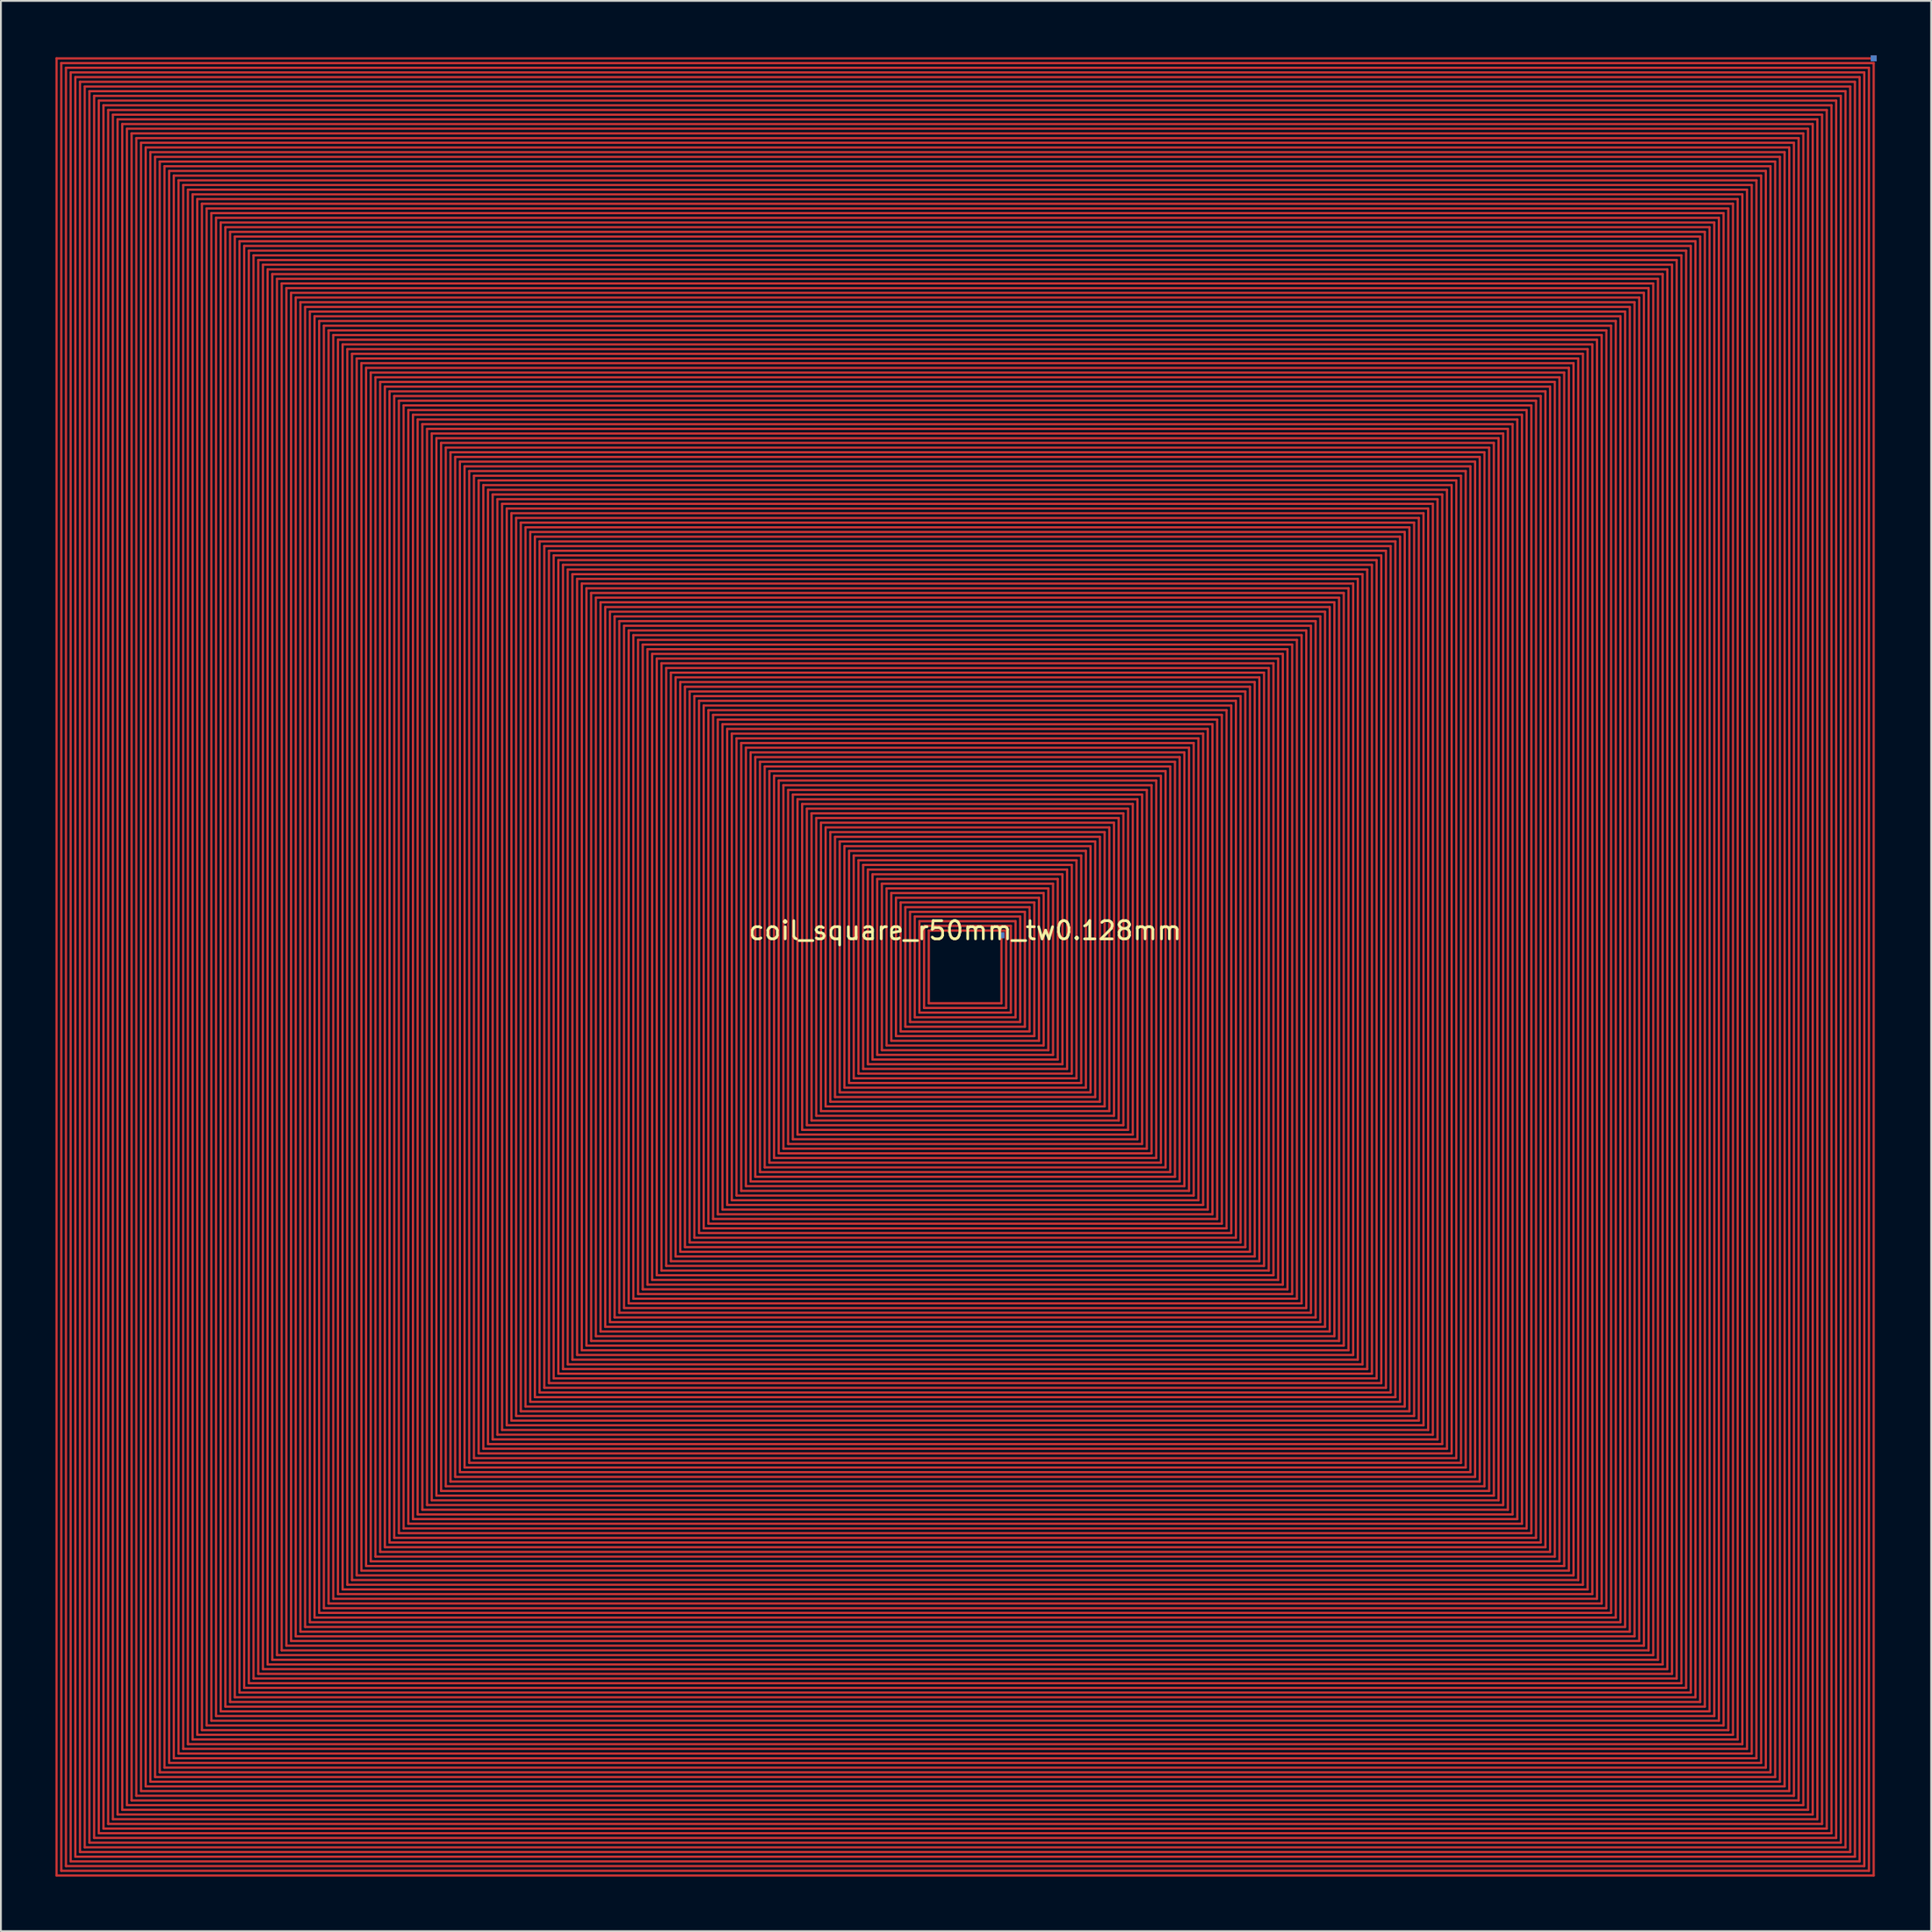
<source format=kicad_pcb>
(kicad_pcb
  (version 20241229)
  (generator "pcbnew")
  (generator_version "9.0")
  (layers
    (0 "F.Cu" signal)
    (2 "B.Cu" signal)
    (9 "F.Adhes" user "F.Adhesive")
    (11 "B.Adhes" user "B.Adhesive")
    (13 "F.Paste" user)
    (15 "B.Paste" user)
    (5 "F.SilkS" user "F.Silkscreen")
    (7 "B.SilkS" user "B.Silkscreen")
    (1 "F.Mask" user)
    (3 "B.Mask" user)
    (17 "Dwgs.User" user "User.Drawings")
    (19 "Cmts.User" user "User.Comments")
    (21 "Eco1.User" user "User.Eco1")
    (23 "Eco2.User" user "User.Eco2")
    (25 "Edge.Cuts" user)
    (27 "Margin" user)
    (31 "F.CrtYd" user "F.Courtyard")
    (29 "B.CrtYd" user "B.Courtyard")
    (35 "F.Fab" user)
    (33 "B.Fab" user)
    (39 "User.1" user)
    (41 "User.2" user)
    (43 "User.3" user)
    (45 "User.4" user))
  (footprint "coil_square_r50mm_tw0.128mm"
    (layer "F.Cu")
    (at 50.064 50.163)
    (property "Reference" "coil_square_r50mm_tw0.128mm" (at 0 -2 0) (layer "F.SilkS") (effects (font (size 1 1) (thickness 0.15))))
    (attr through_hole)
    (fp_line (start -50 -50) (end -50 50) (stroke (width 0.128) (type solid)) (layer "F.Cu"))
    (fp_line (start -50 50) (end 50 50) (stroke (width 0.128) (type solid)) (layer "F.Cu"))
    (fp_line (start -49.742 -49.742) (end -49.742 49.742) (stroke (width 0.128) (type solid)) (layer "F.Cu"))
    (fp_line (start -49.742 49.742) (end 49.742 49.742) (stroke (width 0.128) (type solid)) (layer "F.Cu"))
    (fp_line (start -49.484 -49.484) (end -49.484 49.484) (stroke (width 0.128) (type solid)) (layer "F.Cu"))
    (fp_line (start -49.484 49.484) (end 49.484 49.484) (stroke (width 0.128) (type solid)) (layer "F.Cu"))
    (fp_line (start -49.226 -49.226) (end -49.226 49.226) (stroke (width 0.128) (type solid)) (layer "F.Cu"))
    (fp_line (start -49.226 49.226) (end 49.226 49.226) (stroke (width 0.128) (type solid)) (layer "F.Cu"))
    (fp_line (start -48.968 -48.968) (end -48.968 48.968) (stroke (width 0.128) (type solid)) (layer "F.Cu"))
    (fp_line (start -48.968 48.968) (end 48.968 48.968) (stroke (width 0.128) (type solid)) (layer "F.Cu"))
    (fp_line (start -48.71 -48.71) (end -48.71 48.71) (stroke (width 0.128) (type solid)) (layer "F.Cu"))
    (fp_line (start -48.71 48.71) (end 48.71 48.71) (stroke (width 0.128) (type solid)) (layer "F.Cu"))
    (fp_line (start -48.452 -48.452) (end -48.452 48.452) (stroke (width 0.128) (type solid)) (layer "F.Cu"))
    (fp_line (start -48.452 48.452) (end 48.452 48.452) (stroke (width 0.128) (type solid)) (layer "F.Cu"))
    (fp_line (start -48.194 -48.194) (end -48.194 48.194) (stroke (width 0.128) (type solid)) (layer "F.Cu"))
    (fp_line (start -48.194 48.194) (end 48.194 48.194) (stroke (width 0.128) (type solid)) (layer "F.Cu"))
    (fp_line (start -47.935 -47.935) (end -47.935 47.935) (stroke (width 0.128) (type solid)) (layer "F.Cu"))
    (fp_line (start -47.935 47.935) (end 47.935 47.935) (stroke (width 0.128) (type solid)) (layer "F.Cu"))
    (fp_line (start -47.677 -47.677) (end -47.677 47.677) (stroke (width 0.128) (type solid)) (layer "F.Cu"))
    (fp_line (start -47.677 47.677) (end 47.677 47.677) (stroke (width 0.128) (type solid)) (layer "F.Cu"))
    (fp_line (start -47.419 -47.419) (end -47.419 47.419) (stroke (width 0.128) (type solid)) (layer "F.Cu"))
    (fp_line (start -47.419 47.419) (end 47.419 47.419) (stroke (width 0.128) (type solid)) (layer "F.Cu"))
    (fp_line (start -47.161 -47.161) (end -47.161 47.161) (stroke (width 0.128) (type solid)) (layer "F.Cu"))
    (fp_line (start -47.161 47.161) (end 47.161 47.161) (stroke (width 0.128) (type solid)) (layer "F.Cu"))
    (fp_line (start -46.903 -46.903) (end -46.903 46.903) (stroke (width 0.128) (type solid)) (layer "F.Cu"))
    (fp_line (start -46.903 46.903) (end 46.903 46.903) (stroke (width 0.128) (type solid)) (layer "F.Cu"))
    (fp_line (start -46.645 -46.645) (end -46.645 46.645) (stroke (width 0.128) (type solid)) (layer "F.Cu"))
    (fp_line (start -46.645 46.645) (end 46.645 46.645) (stroke (width 0.128) (type solid)) (layer "F.Cu"))
    (fp_line (start -46.387 -46.387) (end -46.387 46.387) (stroke (width 0.128) (type solid)) (layer "F.Cu"))
    (fp_line (start -46.387 46.387) (end 46.387 46.387) (stroke (width 0.128) (type solid)) (layer "F.Cu"))
    (fp_line (start -46.129 -46.129) (end -46.129 46.129) (stroke (width 0.128) (type solid)) (layer "F.Cu"))
    (fp_line (start -46.129 46.129) (end 46.129 46.129) (stroke (width 0.128) (type solid)) (layer "F.Cu"))
    (fp_line (start -45.871 -45.871) (end -45.871 45.871) (stroke (width 0.128) (type solid)) (layer "F.Cu"))
    (fp_line (start -45.871 45.871) (end 45.871 45.871) (stroke (width 0.128) (type solid)) (layer "F.Cu"))
    (fp_line (start -45.613 -45.613) (end -45.613 45.613) (stroke (width 0.128) (type solid)) (layer "F.Cu"))
    (fp_line (start -45.613 45.613) (end 45.613 45.613) (stroke (width 0.128) (type solid)) (layer "F.Cu"))
    (fp_line (start -45.355 -45.355) (end -45.355 45.355) (stroke (width 0.128) (type solid)) (layer "F.Cu"))
    (fp_line (start -45.355 45.355) (end 45.355 45.355) (stroke (width 0.128) (type solid)) (layer "F.Cu"))
    (fp_line (start -45.097 -45.097) (end -45.097 45.097) (stroke (width 0.128) (type solid)) (layer "F.Cu"))
    (fp_line (start -45.097 45.097) (end 45.097 45.097) (stroke (width 0.128) (type solid)) (layer "F.Cu"))
    (fp_line (start -44.839 -44.839) (end -44.839 44.839) (stroke (width 0.128) (type solid)) (layer "F.Cu"))
    (fp_line (start -44.839 44.839) (end 44.839 44.839) (stroke (width 0.128) (type solid)) (layer "F.Cu"))
    (fp_line (start -44.581 -44.581) (end -44.581 44.581) (stroke (width 0.128) (type solid)) (layer "F.Cu"))
    (fp_line (start -44.581 44.581) (end 44.581 44.581) (stroke (width 0.128) (type solid)) (layer "F.Cu"))
    (fp_line (start -44.323 -44.323) (end -44.323 44.323) (stroke (width 0.128) (type solid)) (layer "F.Cu"))
    (fp_line (start -44.323 44.323) (end 44.323 44.323) (stroke (width 0.128) (type solid)) (layer "F.Cu"))
    (fp_line (start -44.065 -44.065) (end -44.065 44.065) (stroke (width 0.128) (type solid)) (layer "F.Cu"))
    (fp_line (start -44.065 44.065) (end 44.065 44.065) (stroke (width 0.128) (type solid)) (layer "F.Cu"))
    (fp_line (start -43.806 -43.806) (end -43.806 43.806) (stroke (width 0.128) (type solid)) (layer "F.Cu"))
    (fp_line (start -43.806 43.806) (end 43.806 43.806) (stroke (width 0.128) (type solid)) (layer "F.Cu"))
    (fp_line (start -43.548 -43.548) (end -43.548 43.548) (stroke (width 0.128) (type solid)) (layer "F.Cu"))
    (fp_line (start -43.548 43.548) (end 43.548 43.548) (stroke (width 0.128) (type solid)) (layer "F.Cu"))
    (fp_line (start -43.29 -43.29) (end -43.29 43.29) (stroke (width 0.128) (type solid)) (layer "F.Cu"))
    (fp_line (start -43.29 43.29) (end 43.29 43.29) (stroke (width 0.128) (type solid)) (layer "F.Cu"))
    (fp_line (start -43.032 -43.032) (end -43.032 43.032) (stroke (width 0.128) (type solid)) (layer "F.Cu"))
    (fp_line (start -43.032 43.032) (end 43.032 43.032) (stroke (width 0.128) (type solid)) (layer "F.Cu"))
    (fp_line (start -42.774 -42.774) (end -42.774 42.774) (stroke (width 0.128) (type solid)) (layer "F.Cu"))
    (fp_line (start -42.774 42.774) (end 42.774 42.774) (stroke (width 0.128) (type solid)) (layer "F.Cu"))
    (fp_line (start -42.516 -42.516) (end -42.516 42.516) (stroke (width 0.128) (type solid)) (layer "F.Cu"))
    (fp_line (start -42.516 42.516) (end 42.516 42.516) (stroke (width 0.128) (type solid)) (layer "F.Cu"))
    (fp_line (start -42.258 -42.258) (end -42.258 42.258) (stroke (width 0.128) (type solid)) (layer "F.Cu"))
    (fp_line (start -42.258 42.258) (end 42.258 42.258) (stroke (width 0.128) (type solid)) (layer "F.Cu"))
    (fp_line (start -42 -42) (end -42 42) (stroke (width 0.128) (type solid)) (layer "F.Cu"))
    (fp_line (start -42 42) (end 42 42) (stroke (width 0.128) (type solid)) (layer "F.Cu"))
    (fp_line (start -41.742 -41.742) (end -41.742 41.742) (stroke (width 0.128) (type solid)) (layer "F.Cu"))
    (fp_line (start -41.742 41.742) (end 41.742 41.742) (stroke (width 0.128) (type solid)) (layer "F.Cu"))
    (fp_line (start -41.484 -41.484) (end -41.484 41.484) (stroke (width 0.128) (type solid)) (layer "F.Cu"))
    (fp_line (start -41.484 41.484) (end 41.484 41.484) (stroke (width 0.128) (type solid)) (layer "F.Cu"))
    (fp_line (start -41.226 -41.226) (end -41.226 41.226) (stroke (width 0.128) (type solid)) (layer "F.Cu"))
    (fp_line (start -41.226 41.226) (end 41.226 41.226) (stroke (width 0.128) (type solid)) (layer "F.Cu"))
    (fp_line (start -40.968 -40.968) (end -40.968 40.968) (stroke (width 0.128) (type solid)) (layer "F.Cu"))
    (fp_line (start -40.968 40.968) (end 40.968 40.968) (stroke (width 0.128) (type solid)) (layer "F.Cu"))
    (fp_line (start -40.71 -40.71) (end -40.71 40.71) (stroke (width 0.128) (type solid)) (layer "F.Cu"))
    (fp_line (start -40.71 40.71) (end 40.71 40.71) (stroke (width 0.128) (type solid)) (layer "F.Cu"))
    (fp_line (start -40.452 -40.452) (end -40.452 40.452) (stroke (width 0.128) (type solid)) (layer "F.Cu"))
    (fp_line (start -40.452 40.452) (end 40.452 40.452) (stroke (width 0.128) (type solid)) (layer "F.Cu"))
    (fp_line (start -40.194 -40.194) (end -40.194 40.194) (stroke (width 0.128) (type solid)) (layer "F.Cu"))
    (fp_line (start -40.194 40.194) (end 40.194 40.194) (stroke (width 0.128) (type solid)) (layer "F.Cu"))
    (fp_line (start -39.935 -39.935) (end -39.935 39.935) (stroke (width 0.128) (type solid)) (layer "F.Cu"))
    (fp_line (start -39.935 39.935) (end 39.935 39.935) (stroke (width 0.128) (type solid)) (layer "F.Cu"))
    (fp_line (start -39.677 -39.677) (end -39.677 39.677) (stroke (width 0.128) (type solid)) (layer "F.Cu"))
    (fp_line (start -39.677 39.677) (end 39.677 39.677) (stroke (width 0.128) (type solid)) (layer "F.Cu"))
    (fp_line (start -39.419 -39.419) (end -39.419 39.419) (stroke (width 0.128) (type solid)) (layer "F.Cu"))
    (fp_line (start -39.419 39.419) (end 39.419 39.419) (stroke (width 0.128) (type solid)) (layer "F.Cu"))
    (fp_line (start -39.161 -39.161) (end -39.161 39.161) (stroke (width 0.128) (type solid)) (layer "F.Cu"))
    (fp_line (start -39.161 39.161) (end 39.161 39.161) (stroke (width 0.128) (type solid)) (layer "F.Cu"))
    (fp_line (start -38.903 -38.903) (end -38.903 38.903) (stroke (width 0.128) (type solid)) (layer "F.Cu"))
    (fp_line (start -38.903 38.903) (end 38.903 38.903) (stroke (width 0.128) (type solid)) (layer "F.Cu"))
    (fp_line (start -38.645 -38.645) (end -38.645 38.645) (stroke (width 0.128) (type solid)) (layer "F.Cu"))
    (fp_line (start -38.645 38.645) (end 38.645 38.645) (stroke (width 0.128) (type solid)) (layer "F.Cu"))
    (fp_line (start -38.387 -38.387) (end -38.387 38.387) (stroke (width 0.128) (type solid)) (layer "F.Cu"))
    (fp_line (start -38.387 38.387) (end 38.387 38.387) (stroke (width 0.128) (type solid)) (layer "F.Cu"))
    (fp_line (start -38.129 -38.129) (end -38.129 38.129) (stroke (width 0.128) (type solid)) (layer "F.Cu"))
    (fp_line (start -38.129 38.129) (end 38.129 38.129) (stroke (width 0.128) (type solid)) (layer "F.Cu"))
    (fp_line (start -37.871 -37.871) (end -37.871 37.871) (stroke (width 0.128) (type solid)) (layer "F.Cu"))
    (fp_line (start -37.871 37.871) (end 37.871 37.871) (stroke (width 0.128) (type solid)) (layer "F.Cu"))
    (fp_line (start -37.613 -37.613) (end -37.613 37.613) (stroke (width 0.128) (type solid)) (layer "F.Cu"))
    (fp_line (start -37.613 37.613) (end 37.613 37.613) (stroke (width 0.128) (type solid)) (layer "F.Cu"))
    (fp_line (start -37.355 -37.355) (end -37.355 37.355) (stroke (width 0.128) (type solid)) (layer "F.Cu"))
    (fp_line (start -37.355 37.355) (end 37.355 37.355) (stroke (width 0.128) (type solid)) (layer "F.Cu"))
    (fp_line (start -37.097 -37.097) (end -37.097 37.097) (stroke (width 0.128) (type solid)) (layer "F.Cu"))
    (fp_line (start -37.097 37.097) (end 37.097 37.097) (stroke (width 0.128) (type solid)) (layer "F.Cu"))
    (fp_line (start -36.839 -36.839) (end -36.839 36.839) (stroke (width 0.128) (type solid)) (layer "F.Cu"))
    (fp_line (start -36.839 36.839) (end 36.839 36.839) (stroke (width 0.128) (type solid)) (layer "F.Cu"))
    (fp_line (start -36.581 -36.581) (end -36.581 36.581) (stroke (width 0.128) (type solid)) (layer "F.Cu"))
    (fp_line (start -36.581 36.581) (end 36.581 36.581) (stroke (width 0.128) (type solid)) (layer "F.Cu"))
    (fp_line (start -36.323 -36.323) (end -36.323 36.323) (stroke (width 0.128) (type solid)) (layer "F.Cu"))
    (fp_line (start -36.323 36.323) (end 36.323 36.323) (stroke (width 0.128) (type solid)) (layer "F.Cu"))
    (fp_line (start -36.065 -36.065) (end -36.065 36.065) (stroke (width 0.128) (type solid)) (layer "F.Cu"))
    (fp_line (start -36.065 36.065) (end 36.065 36.065) (stroke (width 0.128) (type solid)) (layer "F.Cu"))
    (fp_line (start -35.806 -35.806) (end -35.806 35.806) (stroke (width 0.128) (type solid)) (layer "F.Cu"))
    (fp_line (start -35.806 35.806) (end 35.806 35.806) (stroke (width 0.128) (type solid)) (layer "F.Cu"))
    (fp_line (start -35.548 -35.548) (end -35.548 35.548) (stroke (width 0.128) (type solid)) (layer "F.Cu"))
    (fp_line (start -35.548 35.548) (end 35.548 35.548) (stroke (width 0.128) (type solid)) (layer "F.Cu"))
    (fp_line (start -35.29 -35.29) (end -35.29 35.29) (stroke (width 0.128) (type solid)) (layer "F.Cu"))
    (fp_line (start -35.29 35.29) (end 35.29 35.29) (stroke (width 0.128) (type solid)) (layer "F.Cu"))
    (fp_line (start -35.032 -35.032) (end -35.032 35.032) (stroke (width 0.128) (type solid)) (layer "F.Cu"))
    (fp_line (start -35.032 35.032) (end 35.032 35.032) (stroke (width 0.128) (type solid)) (layer "F.Cu"))
    (fp_line (start -34.774 -34.774) (end -34.774 34.774) (stroke (width 0.128) (type solid)) (layer "F.Cu"))
    (fp_line (start -34.774 34.774) (end 34.774 34.774) (stroke (width 0.128) (type solid)) (layer "F.Cu"))
    (fp_line (start -34.516 -34.516) (end -34.516 34.516) (stroke (width 0.128) (type solid)) (layer "F.Cu"))
    (fp_line (start -34.516 34.516) (end 34.516 34.516) (stroke (width 0.128) (type solid)) (layer "F.Cu"))
    (fp_line (start -34.258 -34.258) (end -34.258 34.258) (stroke (width 0.128) (type solid)) (layer "F.Cu"))
    (fp_line (start -34.258 34.258) (end 34.258 34.258) (stroke (width 0.128) (type solid)) (layer "F.Cu"))
    (fp_line (start -34 -34) (end -34 34) (stroke (width 0.128) (type solid)) (layer "F.Cu"))
    (fp_line (start -34 34) (end 34 34) (stroke (width 0.128) (type solid)) (layer "F.Cu"))
    (fp_line (start -33.742 -33.742) (end -33.742 33.742) (stroke (width 0.128) (type solid)) (layer "F.Cu"))
    (fp_line (start -33.742 33.742) (end 33.742 33.742) (stroke (width 0.128) (type solid)) (layer "F.Cu"))
    (fp_line (start -33.484 -33.484) (end -33.484 33.484) (stroke (width 0.128) (type solid)) (layer "F.Cu"))
    (fp_line (start -33.484 33.484) (end 33.484 33.484) (stroke (width 0.128) (type solid)) (layer "F.Cu"))
    (fp_line (start -33.226 -33.226) (end -33.226 33.226) (stroke (width 0.128) (type solid)) (layer "F.Cu"))
    (fp_line (start -33.226 33.226) (end 33.226 33.226) (stroke (width 0.128) (type solid)) (layer "F.Cu"))
    (fp_line (start -32.968 -32.968) (end -32.968 32.968) (stroke (width 0.128) (type solid)) (layer "F.Cu"))
    (fp_line (start -32.968 32.968) (end 32.968 32.968) (stroke (width 0.128) (type solid)) (layer "F.Cu"))
    (fp_line (start -32.71 -32.71) (end -32.71 32.71) (stroke (width 0.128) (type solid)) (layer "F.Cu"))
    (fp_line (start -32.71 32.71) (end 32.71 32.71) (stroke (width 0.128) (type solid)) (layer "F.Cu"))
    (fp_line (start -32.452 -32.452) (end -32.452 32.452) (stroke (width 0.128) (type solid)) (layer "F.Cu"))
    (fp_line (start -32.452 32.452) (end 32.452 32.452) (stroke (width 0.128) (type solid)) (layer "F.Cu"))
    (fp_line (start -32.194 -32.194) (end -32.194 32.194) (stroke (width 0.128) (type solid)) (layer "F.Cu"))
    (fp_line (start -32.194 32.194) (end 32.194 32.194) (stroke (width 0.128) (type solid)) (layer "F.Cu"))
    (fp_line (start -31.935 -31.935) (end -31.935 31.935) (stroke (width 0.128) (type solid)) (layer "F.Cu"))
    (fp_line (start -31.935 31.935) (end 31.935 31.935) (stroke (width 0.128) (type solid)) (layer "F.Cu"))
    (fp_line (start -31.677 -31.677) (end -31.677 31.677) (stroke (width 0.128) (type solid)) (layer "F.Cu"))
    (fp_line (start -31.677 31.677) (end 31.677 31.677) (stroke (width 0.128) (type solid)) (layer "F.Cu"))
    (fp_line (start -31.419 -31.419) (end -31.419 31.419) (stroke (width 0.128) (type solid)) (layer "F.Cu"))
    (fp_line (start -31.419 31.419) (end 31.419 31.419) (stroke (width 0.128) (type solid)) (layer "F.Cu"))
    (fp_line (start -31.161 -31.161) (end -31.161 31.161) (stroke (width 0.128) (type solid)) (layer "F.Cu"))
    (fp_line (start -31.161 31.161) (end 31.161 31.161) (stroke (width 0.128) (type solid)) (layer "F.Cu"))
    (fp_line (start -30.903 -30.903) (end -30.903 30.903) (stroke (width 0.128) (type solid)) (layer "F.Cu"))
    (fp_line (start -30.903 30.903) (end 30.903 30.903) (stroke (width 0.128) (type solid)) (layer "F.Cu"))
    (fp_line (start -30.645 -30.645) (end -30.645 30.645) (stroke (width 0.128) (type solid)) (layer "F.Cu"))
    (fp_line (start -30.645 30.645) (end 30.645 30.645) (stroke (width 0.128) (type solid)) (layer "F.Cu"))
    (fp_line (start -30.387 -30.387) (end -30.387 30.387) (stroke (width 0.128) (type solid)) (layer "F.Cu"))
    (fp_line (start -30.387 30.387) (end 30.387 30.387) (stroke (width 0.128) (type solid)) (layer "F.Cu"))
    (fp_line (start -30.129 -30.129) (end -30.129 30.129) (stroke (width 0.128) (type solid)) (layer "F.Cu"))
    (fp_line (start -30.129 30.129) (end 30.129 30.129) (stroke (width 0.128) (type solid)) (layer "F.Cu"))
    (fp_line (start -29.871 -29.871) (end -29.871 29.871) (stroke (width 0.128) (type solid)) (layer "F.Cu"))
    (fp_line (start -29.871 29.871) (end 29.871 29.871) (stroke (width 0.128) (type solid)) (layer "F.Cu"))
    (fp_line (start -29.613 -29.613) (end -29.613 29.613) (stroke (width 0.128) (type solid)) (layer "F.Cu"))
    (fp_line (start -29.613 29.613) (end 29.613 29.613) (stroke (width 0.128) (type solid)) (layer "F.Cu"))
    (fp_line (start -29.355 -29.355) (end -29.355 29.355) (stroke (width 0.128) (type solid)) (layer "F.Cu"))
    (fp_line (start -29.355 29.355) (end 29.355 29.355) (stroke (width 0.128) (type solid)) (layer "F.Cu"))
    (fp_line (start -29.097 -29.097) (end -29.097 29.097) (stroke (width 0.128) (type solid)) (layer "F.Cu"))
    (fp_line (start -29.097 29.097) (end 29.097 29.097) (stroke (width 0.128) (type solid)) (layer "F.Cu"))
    (fp_line (start -28.839 -28.839) (end -28.839 28.839) (stroke (width 0.128) (type solid)) (layer "F.Cu"))
    (fp_line (start -28.839 28.839) (end 28.839 28.839) (stroke (width 0.128) (type solid)) (layer "F.Cu"))
    (fp_line (start -28.581 -28.581) (end -28.581 28.581) (stroke (width 0.128) (type solid)) (layer "F.Cu"))
    (fp_line (start -28.581 28.581) (end 28.581 28.581) (stroke (width 0.128) (type solid)) (layer "F.Cu"))
    (fp_line (start -28.323 -28.323) (end -28.323 28.323) (stroke (width 0.128) (type solid)) (layer "F.Cu"))
    (fp_line (start -28.323 28.323) (end 28.323 28.323) (stroke (width 0.128) (type solid)) (layer "F.Cu"))
    (fp_line (start -28.065 -28.065) (end -28.065 28.065) (stroke (width 0.128) (type solid)) (layer "F.Cu"))
    (fp_line (start -28.065 28.065) (end 28.065 28.065) (stroke (width 0.128) (type solid)) (layer "F.Cu"))
    (fp_line (start -27.806 -27.806) (end -27.806 27.806) (stroke (width 0.128) (type solid)) (layer "F.Cu"))
    (fp_line (start -27.806 27.806) (end 27.806 27.806) (stroke (width 0.128) (type solid)) (layer "F.Cu"))
    (fp_line (start -27.548 -27.548) (end -27.548 27.548) (stroke (width 0.128) (type solid)) (layer "F.Cu"))
    (fp_line (start -27.548 27.548) (end 27.548 27.548) (stroke (width 0.128) (type solid)) (layer "F.Cu"))
    (fp_line (start -27.29 -27.29) (end -27.29 27.29) (stroke (width 0.128) (type solid)) (layer "F.Cu"))
    (fp_line (start -27.29 27.29) (end 27.29 27.29) (stroke (width 0.128) (type solid)) (layer "F.Cu"))
    (fp_line (start -27.032 -27.032) (end -27.032 27.032) (stroke (width 0.128) (type solid)) (layer "F.Cu"))
    (fp_line (start -27.032 27.032) (end 27.032 27.032) (stroke (width 0.128) (type solid)) (layer "F.Cu"))
    (fp_line (start -26.774 -26.774) (end -26.774 26.774) (stroke (width 0.128) (type solid)) (layer "F.Cu"))
    (fp_line (start -26.774 26.774) (end 26.774 26.774) (stroke (width 0.128) (type solid)) (layer "F.Cu"))
    (fp_line (start -26.516 -26.516) (end -26.516 26.516) (stroke (width 0.128) (type solid)) (layer "F.Cu"))
    (fp_line (start -26.516 26.516) (end 26.516 26.516) (stroke (width 0.128) (type solid)) (layer "F.Cu"))
    (fp_line (start -26.258 -26.258) (end -26.258 26.258) (stroke (width 0.128) (type solid)) (layer "F.Cu"))
    (fp_line (start -26.258 26.258) (end 26.258 26.258) (stroke (width 0.128) (type solid)) (layer "F.Cu"))
    (fp_line (start -26 -26) (end -26 26) (stroke (width 0.128) (type solid)) (layer "F.Cu"))
    (fp_line (start -26 26) (end 26 26) (stroke (width 0.128) (type solid)) (layer "F.Cu"))
    (fp_line (start -25.742 -25.742) (end -25.742 25.742) (stroke (width 0.128) (type solid)) (layer "F.Cu"))
    (fp_line (start -25.742 25.742) (end 25.742 25.742) (stroke (width 0.128) (type solid)) (layer "F.Cu"))
    (fp_line (start -25.484 -25.484) (end -25.484 25.484) (stroke (width 0.128) (type solid)) (layer "F.Cu"))
    (fp_line (start -25.484 25.484) (end 25.484 25.484) (stroke (width 0.128) (type solid)) (layer "F.Cu"))
    (fp_line (start -25.226 -25.226) (end -25.226 25.226) (stroke (width 0.128) (type solid)) (layer "F.Cu"))
    (fp_line (start -25.226 25.226) (end 25.226 25.226) (stroke (width 0.128) (type solid)) (layer "F.Cu"))
    (fp_line (start -24.968 -24.968) (end -24.968 24.968) (stroke (width 0.128) (type solid)) (layer "F.Cu"))
    (fp_line (start -24.968 24.968) (end 24.968 24.968) (stroke (width 0.128) (type solid)) (layer "F.Cu"))
    (fp_line (start -24.71 -24.71) (end -24.71 24.71) (stroke (width 0.128) (type solid)) (layer "F.Cu"))
    (fp_line (start -24.71 24.71) (end 24.71 24.71) (stroke (width 0.128) (type solid)) (layer "F.Cu"))
    (fp_line (start -24.452 -24.452) (end -24.452 24.452) (stroke (width 0.128) (type solid)) (layer "F.Cu"))
    (fp_line (start -24.452 24.452) (end 24.452 24.452) (stroke (width 0.128) (type solid)) (layer "F.Cu"))
    (fp_line (start -24.194 -24.194) (end -24.194 24.194) (stroke (width 0.128) (type solid)) (layer "F.Cu"))
    (fp_line (start -24.194 24.194) (end 24.194 24.194) (stroke (width 0.128) (type solid)) (layer "F.Cu"))
    (fp_line (start -23.935 -23.935) (end -23.935 23.935) (stroke (width 0.128) (type solid)) (layer "F.Cu"))
    (fp_line (start -23.935 23.935) (end 23.935 23.935) (stroke (width 0.128) (type solid)) (layer "F.Cu"))
    (fp_line (start -23.677 -23.677) (end -23.677 23.677) (stroke (width 0.128) (type solid)) (layer "F.Cu"))
    (fp_line (start -23.677 23.677) (end 23.677 23.677) (stroke (width 0.128) (type solid)) (layer "F.Cu"))
    (fp_line (start -23.419 -23.419) (end -23.419 23.419) (stroke (width 0.128) (type solid)) (layer "F.Cu"))
    (fp_line (start -23.419 23.419) (end 23.419 23.419) (stroke (width 0.128) (type solid)) (layer "F.Cu"))
    (fp_line (start -23.161 -23.161) (end -23.161 23.161) (stroke (width 0.128) (type solid)) (layer "F.Cu"))
    (fp_line (start -23.161 23.161) (end 23.161 23.161) (stroke (width 0.128) (type solid)) (layer "F.Cu"))
    (fp_line (start -22.903 -22.903) (end -22.903 22.903) (stroke (width 0.128) (type solid)) (layer "F.Cu"))
    (fp_line (start -22.903 22.903) (end 22.903 22.903) (stroke (width 0.128) (type solid)) (layer "F.Cu"))
    (fp_line (start -22.645 -22.645) (end -22.645 22.645) (stroke (width 0.128) (type solid)) (layer "F.Cu"))
    (fp_line (start -22.645 22.645) (end 22.645 22.645) (stroke (width 0.128) (type solid)) (layer "F.Cu"))
    (fp_line (start -22.387 -22.387) (end -22.387 22.387) (stroke (width 0.128) (type solid)) (layer "F.Cu"))
    (fp_line (start -22.387 22.387) (end 22.387 22.387) (stroke (width 0.128) (type solid)) (layer "F.Cu"))
    (fp_line (start -22.129 -22.129) (end -22.129 22.129) (stroke (width 0.128) (type solid)) (layer "F.Cu"))
    (fp_line (start -22.129 22.129) (end 22.129 22.129) (stroke (width 0.128) (type solid)) (layer "F.Cu"))
    (fp_line (start -21.871 -21.871) (end -21.871 21.871) (stroke (width 0.128) (type solid)) (layer "F.Cu"))
    (fp_line (start -21.871 21.871) (end 21.871 21.871) (stroke (width 0.128) (type solid)) (layer "F.Cu"))
    (fp_line (start -21.613 -21.613) (end -21.613 21.613) (stroke (width 0.128) (type solid)) (layer "F.Cu"))
    (fp_line (start -21.613 21.613) (end 21.613 21.613) (stroke (width 0.128) (type solid)) (layer "F.Cu"))
    (fp_line (start -21.355 -21.355) (end -21.355 21.355) (stroke (width 0.128) (type solid)) (layer "F.Cu"))
    (fp_line (start -21.355 21.355) (end 21.355 21.355) (stroke (width 0.128) (type solid)) (layer "F.Cu"))
    (fp_line (start -21.097 -21.097) (end -21.097 21.097) (stroke (width 0.128) (type solid)) (layer "F.Cu"))
    (fp_line (start -21.097 21.097) (end 21.097 21.097) (stroke (width 0.128) (type solid)) (layer "F.Cu"))
    (fp_line (start -20.839 -20.839) (end -20.839 20.839) (stroke (width 0.128) (type solid)) (layer "F.Cu"))
    (fp_line (start -20.839 20.839) (end 20.839 20.839) (stroke (width 0.128) (type solid)) (layer "F.Cu"))
    (fp_line (start -20.581 -20.581) (end -20.581 20.581) (stroke (width 0.128) (type solid)) (layer "F.Cu"))
    (fp_line (start -20.581 20.581) (end 20.581 20.581) (stroke (width 0.128) (type solid)) (layer "F.Cu"))
    (fp_line (start -20.323 -20.323) (end -20.323 20.323) (stroke (width 0.128) (type solid)) (layer "F.Cu"))
    (fp_line (start -20.323 20.323) (end 20.323 20.323) (stroke (width 0.128) (type solid)) (layer "F.Cu"))
    (fp_line (start -20.065 -20.065) (end -20.065 20.065) (stroke (width 0.128) (type solid)) (layer "F.Cu"))
    (fp_line (start -20.065 20.065) (end 20.065 20.065) (stroke (width 0.128) (type solid)) (layer "F.Cu"))
    (fp_line (start -19.806 -19.806) (end -19.806 19.806) (stroke (width 0.128) (type solid)) (layer "F.Cu"))
    (fp_line (start -19.806 19.806) (end 19.806 19.806) (stroke (width 0.128) (type solid)) (layer "F.Cu"))
    (fp_line (start -19.548 -19.548) (end -19.548 19.548) (stroke (width 0.128) (type solid)) (layer "F.Cu"))
    (fp_line (start -19.548 19.548) (end 19.548 19.548) (stroke (width 0.128) (type solid)) (layer "F.Cu"))
    (fp_line (start -19.29 -19.29) (end -19.29 19.29) (stroke (width 0.128) (type solid)) (layer "F.Cu"))
    (fp_line (start -19.29 19.29) (end 19.29 19.29) (stroke (width 0.128) (type solid)) (layer "F.Cu"))
    (fp_line (start -19.032 -19.032) (end -19.032 19.032) (stroke (width 0.128) (type solid)) (layer "F.Cu"))
    (fp_line (start -19.032 19.032) (end 19.032 19.032) (stroke (width 0.128) (type solid)) (layer "F.Cu"))
    (fp_line (start -18.774 -18.774) (end -18.774 18.774) (stroke (width 0.128) (type solid)) (layer "F.Cu"))
    (fp_line (start -18.774 18.774) (end 18.774 18.774) (stroke (width 0.128) (type solid)) (layer "F.Cu"))
    (fp_line (start -18.516 -18.516) (end -18.516 18.516) (stroke (width 0.128) (type solid)) (layer "F.Cu"))
    (fp_line (start -18.516 18.516) (end 18.516 18.516) (stroke (width 0.128) (type solid)) (layer "F.Cu"))
    (fp_line (start -18.258 -18.258) (end -18.258 18.258) (stroke (width 0.128) (type solid)) (layer "F.Cu"))
    (fp_line (start -18.258 18.258) (end 18.258 18.258) (stroke (width 0.128) (type solid)) (layer "F.Cu"))
    (fp_line (start -18 -18) (end -18 18) (stroke (width 0.128) (type solid)) (layer "F.Cu"))
    (fp_line (start -18 18) (end 18 18) (stroke (width 0.128) (type solid)) (layer "F.Cu"))
    (fp_line (start -17.742 -17.742) (end -17.742 17.742) (stroke (width 0.128) (type solid)) (layer "F.Cu"))
    (fp_line (start -17.742 17.742) (end 17.742 17.742) (stroke (width 0.128) (type solid)) (layer "F.Cu"))
    (fp_line (start -17.484 -17.484) (end -17.484 17.484) (stroke (width 0.128) (type solid)) (layer "F.Cu"))
    (fp_line (start -17.484 17.484) (end 17.484 17.484) (stroke (width 0.128) (type solid)) (layer "F.Cu"))
    (fp_line (start -17.226 -17.226) (end -17.226 17.226) (stroke (width 0.128) (type solid)) (layer "F.Cu"))
    (fp_line (start -17.226 17.226) (end 17.226 17.226) (stroke (width 0.128) (type solid)) (layer "F.Cu"))
    (fp_line (start -16.968 -16.968) (end -16.968 16.968) (stroke (width 0.128) (type solid)) (layer "F.Cu"))
    (fp_line (start -16.968 16.968) (end 16.968 16.968) (stroke (width 0.128) (type solid)) (layer "F.Cu"))
    (fp_line (start -16.71 -16.71) (end -16.71 16.71) (stroke (width 0.128) (type solid)) (layer "F.Cu"))
    (fp_line (start -16.71 16.71) (end 16.71 16.71) (stroke (width 0.128) (type solid)) (layer "F.Cu"))
    (fp_line (start -16.452 -16.452) (end -16.452 16.452) (stroke (width 0.128) (type solid)) (layer "F.Cu"))
    (fp_line (start -16.452 16.452) (end 16.452 16.452) (stroke (width 0.128) (type solid)) (layer "F.Cu"))
    (fp_line (start -16.194 -16.194) (end -16.194 16.194) (stroke (width 0.128) (type solid)) (layer "F.Cu"))
    (fp_line (start -16.194 16.194) (end 16.194 16.194) (stroke (width 0.128) (type solid)) (layer "F.Cu"))
    (fp_line (start -15.935 -15.935) (end -15.935 15.935) (stroke (width 0.128) (type solid)) (layer "F.Cu"))
    (fp_line (start -15.935 15.935) (end 15.935 15.935) (stroke (width 0.128) (type solid)) (layer "F.Cu"))
    (fp_line (start -15.677 -15.677) (end -15.677 15.677) (stroke (width 0.128) (type solid)) (layer "F.Cu"))
    (fp_line (start -15.677 15.677) (end 15.677 15.677) (stroke (width 0.128) (type solid)) (layer "F.Cu"))
    (fp_line (start -15.419 -15.419) (end -15.419 15.419) (stroke (width 0.128) (type solid)) (layer "F.Cu"))
    (fp_line (start -15.419 15.419) (end 15.419 15.419) (stroke (width 0.128) (type solid)) (layer "F.Cu"))
    (fp_line (start -15.161 -15.161) (end -15.161 15.161) (stroke (width 0.128) (type solid)) (layer "F.Cu"))
    (fp_line (start -15.161 15.161) (end 15.161 15.161) (stroke (width 0.128) (type solid)) (layer "F.Cu"))
    (fp_line (start -14.903 -14.903) (end -14.903 14.903) (stroke (width 0.128) (type solid)) (layer "F.Cu"))
    (fp_line (start -14.903 14.903) (end 14.903 14.903) (stroke (width 0.128) (type solid)) (layer "F.Cu"))
    (fp_line (start -14.645 -14.645) (end -14.645 14.645) (stroke (width 0.128) (type solid)) (layer "F.Cu"))
    (fp_line (start -14.645 14.645) (end 14.645 14.645) (stroke (width 0.128) (type solid)) (layer "F.Cu"))
    (fp_line (start -14.387 -14.387) (end -14.387 14.387) (stroke (width 0.128) (type solid)) (layer "F.Cu"))
    (fp_line (start -14.387 14.387) (end 14.387 14.387) (stroke (width 0.128) (type solid)) (layer "F.Cu"))
    (fp_line (start -14.129 -14.129) (end -14.129 14.129) (stroke (width 0.128) (type solid)) (layer "F.Cu"))
    (fp_line (start -14.129 14.129) (end 14.129 14.129) (stroke (width 0.128) (type solid)) (layer "F.Cu"))
    (fp_line (start -13.871 -13.871) (end -13.871 13.871) (stroke (width 0.128) (type solid)) (layer "F.Cu"))
    (fp_line (start -13.871 13.871) (end 13.871 13.871) (stroke (width 0.128) (type solid)) (layer "F.Cu"))
    (fp_line (start -13.613 -13.613) (end -13.613 13.613) (stroke (width 0.128) (type solid)) (layer "F.Cu"))
    (fp_line (start -13.613 13.613) (end 13.613 13.613) (stroke (width 0.128) (type solid)) (layer "F.Cu"))
    (fp_line (start -13.355 -13.355) (end -13.355 13.355) (stroke (width 0.128) (type solid)) (layer "F.Cu"))
    (fp_line (start -13.355 13.355) (end 13.355 13.355) (stroke (width 0.128) (type solid)) (layer "F.Cu"))
    (fp_line (start -13.097 -13.097) (end -13.097 13.097) (stroke (width 0.128) (type solid)) (layer "F.Cu"))
    (fp_line (start -13.097 13.097) (end 13.097 13.097) (stroke (width 0.128) (type solid)) (layer "F.Cu"))
    (fp_line (start -12.839 -12.839) (end -12.839 12.839) (stroke (width 0.128) (type solid)) (layer "F.Cu"))
    (fp_line (start -12.839 12.839) (end 12.839 12.839) (stroke (width 0.128) (type solid)) (layer "F.Cu"))
    (fp_line (start -12.581 -12.581) (end -12.581 12.581) (stroke (width 0.128) (type solid)) (layer "F.Cu"))
    (fp_line (start -12.581 12.581) (end 12.581 12.581) (stroke (width 0.128) (type solid)) (layer "F.Cu"))
    (fp_line (start -12.323 -12.323) (end -12.323 12.323) (stroke (width 0.128) (type solid)) (layer "F.Cu"))
    (fp_line (start -12.323 12.323) (end 12.323 12.323) (stroke (width 0.128) (type solid)) (layer "F.Cu"))
    (fp_line (start -12.065 -12.065) (end -12.065 12.065) (stroke (width 0.128) (type solid)) (layer "F.Cu"))
    (fp_line (start -12.065 12.065) (end 12.065 12.065) (stroke (width 0.128) (type solid)) (layer "F.Cu"))
    (fp_line (start -11.806 -11.806) (end -11.806 11.806) (stroke (width 0.128) (type solid)) (layer "F.Cu"))
    (fp_line (start -11.806 11.806) (end 11.806 11.806) (stroke (width 0.128) (type solid)) (layer "F.Cu"))
    (fp_line (start -11.548 -11.548) (end -11.548 11.548) (stroke (width 0.128) (type solid)) (layer "F.Cu"))
    (fp_line (start -11.548 11.548) (end 11.548 11.548) (stroke (width 0.128) (type solid)) (layer "F.Cu"))
    (fp_line (start -11.29 -11.29) (end -11.29 11.29) (stroke (width 0.128) (type solid)) (layer "F.Cu"))
    (fp_line (start -11.29 11.29) (end 11.29 11.29) (stroke (width 0.128) (type solid)) (layer "F.Cu"))
    (fp_line (start -11.032 -11.032) (end -11.032 11.032) (stroke (width 0.128) (type solid)) (layer "F.Cu"))
    (fp_line (start -11.032 11.032) (end 11.032 11.032) (stroke (width 0.128) (type solid)) (layer "F.Cu"))
    (fp_line (start -10.774 -10.774) (end -10.774 10.774) (stroke (width 0.128) (type solid)) (layer "F.Cu"))
    (fp_line (start -10.774 10.774) (end 10.774 10.774) (stroke (width 0.128) (type solid)) (layer "F.Cu"))
    (fp_line (start -10.516 -10.516) (end -10.516 10.516) (stroke (width 0.128) (type solid)) (layer "F.Cu"))
    (fp_line (start -10.516 10.516) (end 10.516 10.516) (stroke (width 0.128) (type solid)) (layer "F.Cu"))
    (fp_line (start -10.258 -10.258) (end -10.258 10.258) (stroke (width 0.128) (type solid)) (layer "F.Cu"))
    (fp_line (start -10.258 10.258) (end 10.258 10.258) (stroke (width 0.128) (type solid)) (layer "F.Cu"))
    (fp_line (start -10 -10) (end -10 10) (stroke (width 0.128) (type solid)) (layer "F.Cu"))
    (fp_line (start -10 10) (end 10 10) (stroke (width 0.128) (type solid)) (layer "F.Cu"))
    (fp_line (start -9.742 -9.742) (end -9.742 9.742) (stroke (width 0.128) (type solid)) (layer "F.Cu"))
    (fp_line (start -9.742 9.742) (end 9.742 9.742) (stroke (width 0.128) (type solid)) (layer "F.Cu"))
    (fp_line (start -9.484 -9.484) (end -9.484 9.484) (stroke (width 0.128) (type solid)) (layer "F.Cu"))
    (fp_line (start -9.484 9.484) (end 9.484 9.484) (stroke (width 0.128) (type solid)) (layer "F.Cu"))
    (fp_line (start -9.226 -9.226) (end -9.226 9.226) (stroke (width 0.128) (type solid)) (layer "F.Cu"))
    (fp_line (start -9.226 9.226) (end 9.226 9.226) (stroke (width 0.128) (type solid)) (layer "F.Cu"))
    (fp_line (start -8.968 -8.968) (end -8.968 8.968) (stroke (width 0.128) (type solid)) (layer "F.Cu"))
    (fp_line (start -8.968 8.968) (end 8.968 8.968) (stroke (width 0.128) (type solid)) (layer "F.Cu"))
    (fp_line (start -8.71 -8.71) (end -8.71 8.71) (stroke (width 0.128) (type solid)) (layer "F.Cu"))
    (fp_line (start -8.71 8.71) (end 8.71 8.71) (stroke (width 0.128) (type solid)) (layer "F.Cu"))
    (fp_line (start -8.452 -8.452) (end -8.452 8.452) (stroke (width 0.128) (type solid)) (layer "F.Cu"))
    (fp_line (start -8.452 8.452) (end 8.452 8.452) (stroke (width 0.128) (type solid)) (layer "F.Cu"))
    (fp_line (start -8.194 -8.194) (end -8.194 8.194) (stroke (width 0.128) (type solid)) (layer "F.Cu"))
    (fp_line (start -8.194 8.194) (end 8.194 8.194) (stroke (width 0.128) (type solid)) (layer "F.Cu"))
    (fp_line (start -7.935 -7.935) (end -7.935 7.935) (stroke (width 0.128) (type solid)) (layer "F.Cu"))
    (fp_line (start -7.935 7.935) (end 7.935 7.935) (stroke (width 0.128) (type solid)) (layer "F.Cu"))
    (fp_line (start -7.677 -7.677) (end -7.677 7.677) (stroke (width 0.128) (type solid)) (layer "F.Cu"))
    (fp_line (start -7.677 7.677) (end 7.677 7.677) (stroke (width 0.128) (type solid)) (layer "F.Cu"))
    (fp_line (start -7.419 -7.419) (end -7.419 7.419) (stroke (width 0.128) (type solid)) (layer "F.Cu"))
    (fp_line (start -7.419 7.419) (end 7.419 7.419) (stroke (width 0.128) (type solid)) (layer "F.Cu"))
    (fp_line (start -7.161 -7.161) (end -7.161 7.161) (stroke (width 0.128) (type solid)) (layer "F.Cu"))
    (fp_line (start -7.161 7.161) (end 7.161 7.161) (stroke (width 0.128) (type solid)) (layer "F.Cu"))
    (fp_line (start -6.903 -6.903) (end -6.903 6.903) (stroke (width 0.128) (type solid)) (layer "F.Cu"))
    (fp_line (start -6.903 6.903) (end 6.903 6.903) (stroke (width 0.128) (type solid)) (layer "F.Cu"))
    (fp_line (start -6.645 -6.645) (end -6.645 6.645) (stroke (width 0.128) (type solid)) (layer "F.Cu"))
    (fp_line (start -6.645 6.645) (end 6.645 6.645) (stroke (width 0.128) (type solid)) (layer "F.Cu"))
    (fp_line (start -6.387 -6.387) (end -6.387 6.387) (stroke (width 0.128) (type solid)) (layer "F.Cu"))
    (fp_line (start -6.387 6.387) (end 6.387 6.387) (stroke (width 0.128) (type solid)) (layer "F.Cu"))
    (fp_line (start -6.129 -6.129) (end -6.129 6.129) (stroke (width 0.128) (type solid)) (layer "F.Cu"))
    (fp_line (start -6.129 6.129) (end 6.129 6.129) (stroke (width 0.128) (type solid)) (layer "F.Cu"))
    (fp_line (start -5.871 -5.871) (end -5.871 5.871) (stroke (width 0.128) (type solid)) (layer "F.Cu"))
    (fp_line (start -5.871 5.871) (end 5.871 5.871) (stroke (width 0.128) (type solid)) (layer "F.Cu"))
    (fp_line (start -5.613 -5.613) (end -5.613 5.613) (stroke (width 0.128) (type solid)) (layer "F.Cu"))
    (fp_line (start -5.613 5.613) (end 5.613 5.613) (stroke (width 0.128) (type solid)) (layer "F.Cu"))
    (fp_line (start -5.355 -5.355) (end -5.355 5.355) (stroke (width 0.128) (type solid)) (layer "F.Cu"))
    (fp_line (start -5.355 5.355) (end 5.355 5.355) (stroke (width 0.128) (type solid)) (layer "F.Cu"))
    (fp_line (start -5.097 -5.097) (end -5.097 5.097) (stroke (width 0.128) (type solid)) (layer "F.Cu"))
    (fp_line (start -5.097 5.097) (end 5.097 5.097) (stroke (width 0.128) (type solid)) (layer "F.Cu"))
    (fp_line (start -4.839 -4.839) (end -4.839 4.839) (stroke (width 0.128) (type solid)) (layer "F.Cu"))
    (fp_line (start -4.839 4.839) (end 4.839 4.839) (stroke (width 0.128) (type solid)) (layer "F.Cu"))
    (fp_line (start -4.581 -4.581) (end -4.581 4.581) (stroke (width 0.128) (type solid)) (layer "F.Cu"))
    (fp_line (start -4.581 4.581) (end 4.581 4.581) (stroke (width 0.128) (type solid)) (layer "F.Cu"))
    (fp_line (start -4.323 -4.323) (end -4.323 4.323) (stroke (width 0.128) (type solid)) (layer "F.Cu"))
    (fp_line (start -4.323 4.323) (end 4.323 4.323) (stroke (width 0.128) (type solid)) (layer "F.Cu"))
    (fp_line (start -4.065 -4.065) (end -4.065 4.065) (stroke (width 0.128) (type solid)) (layer "F.Cu"))
    (fp_line (start -4.065 4.065) (end 4.065 4.065) (stroke (width 0.128) (type solid)) (layer "F.Cu"))
    (fp_line (start -3.806 -3.806) (end -3.806 3.806) (stroke (width 0.128) (type solid)) (layer "F.Cu"))
    (fp_line (start -3.806 3.806) (end 3.806 3.806) (stroke (width 0.128) (type solid)) (layer "F.Cu"))
    (fp_line (start -3.548 -3.548) (end -3.548 3.548) (stroke (width 0.128) (type solid)) (layer "F.Cu"))
    (fp_line (start -3.548 3.548) (end 3.548 3.548) (stroke (width 0.128) (type solid)) (layer "F.Cu"))
    (fp_line (start -3.29 -3.29) (end -3.29 3.29) (stroke (width 0.128) (type solid)) (layer "F.Cu"))
    (fp_line (start -3.29 3.29) (end 3.29 3.29) (stroke (width 0.128) (type solid)) (layer "F.Cu"))
    (fp_line (start -3.032 -3.032) (end -3.032 3.032) (stroke (width 0.128) (type solid)) (layer "F.Cu"))
    (fp_line (start -3.032 3.032) (end 3.032 3.032) (stroke (width 0.128) (type solid)) (layer "F.Cu"))
    (fp_line (start -2.774 -2.774) (end -2.774 2.774) (stroke (width 0.128) (type solid)) (layer "F.Cu"))
    (fp_line (start -2.774 2.774) (end 2.774 2.774) (stroke (width 0.128) (type solid)) (layer "F.Cu"))
    (fp_line (start -2.516 -2.516) (end -2.516 2.516) (stroke (width 0.128) (type solid)) (layer "F.Cu"))
    (fp_line (start -2.516 2.516) (end 2.516 2.516) (stroke (width 0.128) (type solid)) (layer "F.Cu"))
    (fp_line (start -2.258 -2.258) (end -2.258 2.258) (stroke (width 0.128) (type solid)) (layer "F.Cu"))
    (fp_line (start -2.258 2.258) (end 2.258 2.258) (stroke (width 0.128) (type solid)) (layer "F.Cu"))
    (fp_line (start -2 -2) (end -2 2) (stroke (width 0.128) (type solid)) (layer "F.Cu"))
    (fp_line (start -2 2) (end 2 2) (stroke (width 0.128) (type solid)) (layer "F.Cu"))
    (fp_line (start 2 2) (end 2 -1.742) (stroke (width 0.128) (type solid)) (layer "F.Cu"))
    (fp_line (start 2.258 -2) (end -2 -2) (stroke (width 0.128) (type solid)) (layer "F.Cu"))
    (fp_line (start 2.258 2.258) (end 2.258 -2) (stroke (width 0.128) (type solid)) (layer "F.Cu"))
    (fp_line (start 2.516 -2.258) (end -2.258 -2.258) (stroke (width 0.128) (type solid)) (layer "F.Cu"))
    (fp_line (start 2.516 2.516) (end 2.516 -2.258) (stroke (width 0.128) (type solid)) (layer "F.Cu"))
    (fp_line (start 2.774 -2.516) (end -2.516 -2.516) (stroke (width 0.128) (type solid)) (layer "F.Cu"))
    (fp_line (start 2.774 2.774) (end 2.774 -2.516) (stroke (width 0.128) (type solid)) (layer "F.Cu"))
    (fp_line (start 3.032 -2.774) (end -2.774 -2.774) (stroke (width 0.128) (type solid)) (layer "F.Cu"))
    (fp_line (start 3.032 3.032) (end 3.032 -2.774) (stroke (width 0.128) (type solid)) (layer "F.Cu"))
    (fp_line (start 3.29 -3.032) (end -3.032 -3.032) (stroke (width 0.128) (type solid)) (layer "F.Cu"))
    (fp_line (start 3.29 3.29) (end 3.29 -3.032) (stroke (width 0.128) (type solid)) (layer "F.Cu"))
    (fp_line (start 3.548 -3.29) (end -3.29 -3.29) (stroke (width 0.128) (type solid)) (layer "F.Cu"))
    (fp_line (start 3.548 3.548) (end 3.548 -3.29) (stroke (width 0.128) (type solid)) (layer "F.Cu"))
    (fp_line (start 3.806 -3.548) (end -3.548 -3.548) (stroke (width 0.128) (type solid)) (layer "F.Cu"))
    (fp_line (start 3.806 3.806) (end 3.806 -3.548) (stroke (width 0.128) (type solid)) (layer "F.Cu"))
    (fp_line (start 4.065 -3.806) (end -3.806 -3.806) (stroke (width 0.128) (type solid)) (layer "F.Cu"))
    (fp_line (start 4.065 4.065) (end 4.065 -3.806) (stroke (width 0.128) (type solid)) (layer "F.Cu"))
    (fp_line (start 4.323 -4.065) (end -4.065 -4.065) (stroke (width 0.128) (type solid)) (layer "F.Cu"))
    (fp_line (start 4.323 4.323) (end 4.323 -4.065) (stroke (width 0.128) (type solid)) (layer "F.Cu"))
    (fp_line (start 4.581 -4.323) (end -4.323 -4.323) (stroke (width 0.128) (type solid)) (layer "F.Cu"))
    (fp_line (start 4.581 4.581) (end 4.581 -4.323) (stroke (width 0.128) (type solid)) (layer "F.Cu"))
    (fp_line (start 4.839 -4.581) (end -4.581 -4.581) (stroke (width 0.128) (type solid)) (layer "F.Cu"))
    (fp_line (start 4.839 4.839) (end 4.839 -4.581) (stroke (width 0.128) (type solid)) (layer "F.Cu"))
    (fp_line (start 5.097 -4.839) (end -4.839 -4.839) (stroke (width 0.128) (type solid)) (layer "F.Cu"))
    (fp_line (start 5.097 5.097) (end 5.097 -4.839) (stroke (width 0.128) (type solid)) (layer "F.Cu"))
    (fp_line (start 5.355 -5.097) (end -5.097 -5.097) (stroke (width 0.128) (type solid)) (layer "F.Cu"))
    (fp_line (start 5.355 5.355) (end 5.355 -5.097) (stroke (width 0.128) (type solid)) (layer "F.Cu"))
    (fp_line (start 5.613 -5.355) (end -5.355 -5.355) (stroke (width 0.128) (type solid)) (layer "F.Cu"))
    (fp_line (start 5.613 5.613) (end 5.613 -5.355) (stroke (width 0.128) (type solid)) (layer "F.Cu"))
    (fp_line (start 5.871 -5.613) (end -5.613 -5.613) (stroke (width 0.128) (type solid)) (layer "F.Cu"))
    (fp_line (start 5.871 5.871) (end 5.871 -5.613) (stroke (width 0.128) (type solid)) (layer "F.Cu"))
    (fp_line (start 6.129 -5.871) (end -5.871 -5.871) (stroke (width 0.128) (type solid)) (layer "F.Cu"))
    (fp_line (start 6.129 6.129) (end 6.129 -5.871) (stroke (width 0.128) (type solid)) (layer "F.Cu"))
    (fp_line (start 6.387 -6.129) (end -6.129 -6.129) (stroke (width 0.128) (type solid)) (layer "F.Cu"))
    (fp_line (start 6.387 6.387) (end 6.387 -6.129) (stroke (width 0.128) (type solid)) (layer "F.Cu"))
    (fp_line (start 6.645 -6.387) (end -6.387 -6.387) (stroke (width 0.128) (type solid)) (layer "F.Cu"))
    (fp_line (start 6.645 6.645) (end 6.645 -6.387) (stroke (width 0.128) (type solid)) (layer "F.Cu"))
    (fp_line (start 6.903 -6.645) (end -6.645 -6.645) (stroke (width 0.128) (type solid)) (layer "F.Cu"))
    (fp_line (start 6.903 6.903) (end 6.903 -6.645) (stroke (width 0.128) (type solid)) (layer "F.Cu"))
    (fp_line (start 7.161 -6.903) (end -6.903 -6.903) (stroke (width 0.128) (type solid)) (layer "F.Cu"))
    (fp_line (start 7.161 7.161) (end 7.161 -6.903) (stroke (width 0.128) (type solid)) (layer "F.Cu"))
    (fp_line (start 7.419 -7.161) (end -7.161 -7.161) (stroke (width 0.128) (type solid)) (layer "F.Cu"))
    (fp_line (start 7.419 7.419) (end 7.419 -7.161) (stroke (width 0.128) (type solid)) (layer "F.Cu"))
    (fp_line (start 7.677 -7.419) (end -7.419 -7.419) (stroke (width 0.128) (type solid)) (layer "F.Cu"))
    (fp_line (start 7.677 7.677) (end 7.677 -7.419) (stroke (width 0.128) (type solid)) (layer "F.Cu"))
    (fp_line (start 7.935 -7.677) (end -7.677 -7.677) (stroke (width 0.128) (type solid)) (layer "F.Cu"))
    (fp_line (start 7.935 7.935) (end 7.935 -7.677) (stroke (width 0.128) (type solid)) (layer "F.Cu"))
    (fp_line (start 8.194 -7.935) (end -7.935 -7.935) (stroke (width 0.128) (type solid)) (layer "F.Cu"))
    (fp_line (start 8.194 8.194) (end 8.194 -7.935) (stroke (width 0.128) (type solid)) (layer "F.Cu"))
    (fp_line (start 8.452 -8.194) (end -8.194 -8.194) (stroke (width 0.128) (type solid)) (layer "F.Cu"))
    (fp_line (start 8.452 8.452) (end 8.452 -8.194) (stroke (width 0.128) (type solid)) (layer "F.Cu"))
    (fp_line (start 8.71 -8.452) (end -8.452 -8.452) (stroke (width 0.128) (type solid)) (layer "F.Cu"))
    (fp_line (start 8.71 8.71) (end 8.71 -8.452) (stroke (width 0.128) (type solid)) (layer "F.Cu"))
    (fp_line (start 8.968 -8.71) (end -8.71 -8.71) (stroke (width 0.128) (type solid)) (layer "F.Cu"))
    (fp_line (start 8.968 8.968) (end 8.968 -8.71) (stroke (width 0.128) (type solid)) (layer "F.Cu"))
    (fp_line (start 9.226 -8.968) (end -8.968 -8.968) (stroke (width 0.128) (type solid)) (layer "F.Cu"))
    (fp_line (start 9.226 9.226) (end 9.226 -8.968) (stroke (width 0.128) (type solid)) (layer "F.Cu"))
    (fp_line (start 9.484 -9.226) (end -9.226 -9.226) (stroke (width 0.128) (type solid)) (layer "F.Cu"))
    (fp_line (start 9.484 9.484) (end 9.484 -9.226) (stroke (width 0.128) (type solid)) (layer "F.Cu"))
    (fp_line (start 9.742 -9.484) (end -9.484 -9.484) (stroke (width 0.128) (type solid)) (layer "F.Cu"))
    (fp_line (start 9.742 9.742) (end 9.742 -9.484) (stroke (width 0.128) (type solid)) (layer "F.Cu"))
    (fp_line (start 10 -9.742) (end -9.742 -9.742) (stroke (width 0.128) (type solid)) (layer "F.Cu"))
    (fp_line (start 10 10) (end 10 -9.742) (stroke (width 0.128) (type solid)) (layer "F.Cu"))
    (fp_line (start 10.258 -10) (end -10 -10) (stroke (width 0.128) (type solid)) (layer "F.Cu"))
    (fp_line (start 10.258 10.258) (end 10.258 -10) (stroke (width 0.128) (type solid)) (layer "F.Cu"))
    (fp_line (start 10.516 -10.258) (end -10.258 -10.258) (stroke (width 0.128) (type solid)) (layer "F.Cu"))
    (fp_line (start 10.516 10.516) (end 10.516 -10.258) (stroke (width 0.128) (type solid)) (layer "F.Cu"))
    (fp_line (start 10.774 -10.516) (end -10.516 -10.516) (stroke (width 0.128) (type solid)) (layer "F.Cu"))
    (fp_line (start 10.774 10.774) (end 10.774 -10.516) (stroke (width 0.128) (type solid)) (layer "F.Cu"))
    (fp_line (start 11.032 -10.774) (end -10.774 -10.774) (stroke (width 0.128) (type solid)) (layer "F.Cu"))
    (fp_line (start 11.032 11.032) (end 11.032 -10.774) (stroke (width 0.128) (type solid)) (layer "F.Cu"))
    (fp_line (start 11.29 -11.032) (end -11.032 -11.032) (stroke (width 0.128) (type solid)) (layer "F.Cu"))
    (fp_line (start 11.29 11.29) (end 11.29 -11.032) (stroke (width 0.128) (type solid)) (layer "F.Cu"))
    (fp_line (start 11.548 -11.29) (end -11.29 -11.29) (stroke (width 0.128) (type solid)) (layer "F.Cu"))
    (fp_line (start 11.548 11.548) (end 11.548 -11.29) (stroke (width 0.128) (type solid)) (layer "F.Cu"))
    (fp_line (start 11.806 -11.548) (end -11.548 -11.548) (stroke (width 0.128) (type solid)) (layer "F.Cu"))
    (fp_line (start 11.806 11.806) (end 11.806 -11.548) (stroke (width 0.128) (type solid)) (layer "F.Cu"))
    (fp_line (start 12.065 -11.806) (end -11.806 -11.806) (stroke (width 0.128) (type solid)) (layer "F.Cu"))
    (fp_line (start 12.065 12.065) (end 12.065 -11.806) (stroke (width 0.128) (type solid)) (layer "F.Cu"))
    (fp_line (start 12.323 -12.065) (end -12.065 -12.065) (stroke (width 0.128) (type solid)) (layer "F.Cu"))
    (fp_line (start 12.323 12.323) (end 12.323 -12.065) (stroke (width 0.128) (type solid)) (layer "F.Cu"))
    (fp_line (start 12.581 -12.323) (end -12.323 -12.323) (stroke (width 0.128) (type solid)) (layer "F.Cu"))
    (fp_line (start 12.581 12.581) (end 12.581 -12.323) (stroke (width 0.128) (type solid)) (layer "F.Cu"))
    (fp_line (start 12.839 -12.581) (end -12.581 -12.581) (stroke (width 0.128) (type solid)) (layer "F.Cu"))
    (fp_line (start 12.839 12.839) (end 12.839 -12.581) (stroke (width 0.128) (type solid)) (layer "F.Cu"))
    (fp_line (start 13.097 -12.839) (end -12.839 -12.839) (stroke (width 0.128) (type solid)) (layer "F.Cu"))
    (fp_line (start 13.097 13.097) (end 13.097 -12.839) (stroke (width 0.128) (type solid)) (layer "F.Cu"))
    (fp_line (start 13.355 -13.097) (end -13.097 -13.097) (stroke (width 0.128) (type solid)) (layer "F.Cu"))
    (fp_line (start 13.355 13.355) (end 13.355 -13.097) (stroke (width 0.128) (type solid)) (layer "F.Cu"))
    (fp_line (start 13.613 -13.355) (end -13.355 -13.355) (stroke (width 0.128) (type solid)) (layer "F.Cu"))
    (fp_line (start 13.613 13.613) (end 13.613 -13.355) (stroke (width 0.128) (type solid)) (layer "F.Cu"))
    (fp_line (start 13.871 -13.613) (end -13.613 -13.613) (stroke (width 0.128) (type solid)) (layer "F.Cu"))
    (fp_line (start 13.871 13.871) (end 13.871 -13.613) (stroke (width 0.128) (type solid)) (layer "F.Cu"))
    (fp_line (start 14.129 -13.871) (end -13.871 -13.871) (stroke (width 0.128) (type solid)) (layer "F.Cu"))
    (fp_line (start 14.129 14.129) (end 14.129 -13.871) (stroke (width 0.128) (type solid)) (layer "F.Cu"))
    (fp_line (start 14.387 -14.129) (end -14.129 -14.129) (stroke (width 0.128) (type solid)) (layer "F.Cu"))
    (fp_line (start 14.387 14.387) (end 14.387 -14.129) (stroke (width 0.128) (type solid)) (layer "F.Cu"))
    (fp_line (start 14.645 -14.387) (end -14.387 -14.387) (stroke (width 0.128) (type solid)) (layer "F.Cu"))
    (fp_line (start 14.645 14.645) (end 14.645 -14.387) (stroke (width 0.128) (type solid)) (layer "F.Cu"))
    (fp_line (start 14.903 -14.645) (end -14.645 -14.645) (stroke (width 0.128) (type solid)) (layer "F.Cu"))
    (fp_line (start 14.903 14.903) (end 14.903 -14.645) (stroke (width 0.128) (type solid)) (layer "F.Cu"))
    (fp_line (start 15.161 -14.903) (end -14.903 -14.903) (stroke (width 0.128) (type solid)) (layer "F.Cu"))
    (fp_line (start 15.161 15.161) (end 15.161 -14.903) (stroke (width 0.128) (type solid)) (layer "F.Cu"))
    (fp_line (start 15.419 -15.161) (end -15.161 -15.161) (stroke (width 0.128) (type solid)) (layer "F.Cu"))
    (fp_line (start 15.419 15.419) (end 15.419 -15.161) (stroke (width 0.128) (type solid)) (layer "F.Cu"))
    (fp_line (start 15.677 -15.419) (end -15.419 -15.419) (stroke (width 0.128) (type solid)) (layer "F.Cu"))
    (fp_line (start 15.677 15.677) (end 15.677 -15.419) (stroke (width 0.128) (type solid)) (layer "F.Cu"))
    (fp_line (start 15.935 -15.677) (end -15.677 -15.677) (stroke (width 0.128) (type solid)) (layer "F.Cu"))
    (fp_line (start 15.935 15.935) (end 15.935 -15.677) (stroke (width 0.128) (type solid)) (layer "F.Cu"))
    (fp_line (start 16.194 -15.935) (end -15.935 -15.935) (stroke (width 0.128) (type solid)) (layer "F.Cu"))
    (fp_line (start 16.194 16.194) (end 16.194 -15.935) (stroke (width 0.128) (type solid)) (layer "F.Cu"))
    (fp_line (start 16.452 -16.194) (end -16.194 -16.194) (stroke (width 0.128) (type solid)) (layer "F.Cu"))
    (fp_line (start 16.452 16.452) (end 16.452 -16.194) (stroke (width 0.128) (type solid)) (layer "F.Cu"))
    (fp_line (start 16.71 -16.452) (end -16.452 -16.452) (stroke (width 0.128) (type solid)) (layer "F.Cu"))
    (fp_line (start 16.71 16.71) (end 16.71 -16.452) (stroke (width 0.128) (type solid)) (layer "F.Cu"))
    (fp_line (start 16.968 -16.71) (end -16.71 -16.71) (stroke (width 0.128) (type solid)) (layer "F.Cu"))
    (fp_line (start 16.968 16.968) (end 16.968 -16.71) (stroke (width 0.128) (type solid)) (layer "F.Cu"))
    (fp_line (start 17.226 -16.968) (end -16.968 -16.968) (stroke (width 0.128) (type solid)) (layer "F.Cu"))
    (fp_line (start 17.226 17.226) (end 17.226 -16.968) (stroke (width 0.128) (type solid)) (layer "F.Cu"))
    (fp_line (start 17.484 -17.226) (end -17.226 -17.226) (stroke (width 0.128) (type solid)) (layer "F.Cu"))
    (fp_line (start 17.484 17.484) (end 17.484 -17.226) (stroke (width 0.128) (type solid)) (layer "F.Cu"))
    (fp_line (start 17.742 -17.484) (end -17.484 -17.484) (stroke (width 0.128) (type solid)) (layer "F.Cu"))
    (fp_line (start 17.742 17.742) (end 17.742 -17.484) (stroke (width 0.128) (type solid)) (layer "F.Cu"))
    (fp_line (start 18 -17.742) (end -17.742 -17.742) (stroke (width 0.128) (type solid)) (layer "F.Cu"))
    (fp_line (start 18 18) (end 18 -17.742) (stroke (width 0.128) (type solid)) (layer "F.Cu"))
    (fp_line (start 18.258 -18) (end -18 -18) (stroke (width 0.128) (type solid)) (layer "F.Cu"))
    (fp_line (start 18.258 18.258) (end 18.258 -18) (stroke (width 0.128) (type solid)) (layer "F.Cu"))
    (fp_line (start 18.516 -18.258) (end -18.258 -18.258) (stroke (width 0.128) (type solid)) (layer "F.Cu"))
    (fp_line (start 18.516 18.516) (end 18.516 -18.258) (stroke (width 0.128) (type solid)) (layer "F.Cu"))
    (fp_line (start 18.774 -18.516) (end -18.516 -18.516) (stroke (width 0.128) (type solid)) (layer "F.Cu"))
    (fp_line (start 18.774 18.774) (end 18.774 -18.516) (stroke (width 0.128) (type solid)) (layer "F.Cu"))
    (fp_line (start 19.032 -18.774) (end -18.774 -18.774) (stroke (width 0.128) (type solid)) (layer "F.Cu"))
    (fp_line (start 19.032 19.032) (end 19.032 -18.774) (stroke (width 0.128) (type solid)) (layer "F.Cu"))
    (fp_line (start 19.29 -19.032) (end -19.032 -19.032) (stroke (width 0.128) (type solid)) (layer "F.Cu"))
    (fp_line (start 19.29 19.29) (end 19.29 -19.032) (stroke (width 0.128) (type solid)) (layer "F.Cu"))
    (fp_line (start 19.548 -19.29) (end -19.29 -19.29) (stroke (width 0.128) (type solid)) (layer "F.Cu"))
    (fp_line (start 19.548 19.548) (end 19.548 -19.29) (stroke (width 0.128) (type solid)) (layer "F.Cu"))
    (fp_line (start 19.806 -19.548) (end -19.548 -19.548) (stroke (width 0.128) (type solid)) (layer "F.Cu"))
    (fp_line (start 19.806 19.806) (end 19.806 -19.548) (stroke (width 0.128) (type solid)) (layer "F.Cu"))
    (fp_line (start 20.065 -19.806) (end -19.806 -19.806) (stroke (width 0.128) (type solid)) (layer "F.Cu"))
    (fp_line (start 20.065 20.065) (end 20.065 -19.806) (stroke (width 0.128) (type solid)) (layer "F.Cu"))
    (fp_line (start 20.323 -20.065) (end -20.065 -20.065) (stroke (width 0.128) (type solid)) (layer "F.Cu"))
    (fp_line (start 20.323 20.323) (end 20.323 -20.065) (stroke (width 0.128) (type solid)) (layer "F.Cu"))
    (fp_line (start 20.581 -20.323) (end -20.323 -20.323) (stroke (width 0.128) (type solid)) (layer "F.Cu"))
    (fp_line (start 20.581 20.581) (end 20.581 -20.323) (stroke (width 0.128) (type solid)) (layer "F.Cu"))
    (fp_line (start 20.839 -20.581) (end -20.581 -20.581) (stroke (width 0.128) (type solid)) (layer "F.Cu"))
    (fp_line (start 20.839 20.839) (end 20.839 -20.581) (stroke (width 0.128) (type solid)) (layer "F.Cu"))
    (fp_line (start 21.097 -20.839) (end -20.839 -20.839) (stroke (width 0.128) (type solid)) (layer "F.Cu"))
    (fp_line (start 21.097 21.097) (end 21.097 -20.839) (stroke (width 0.128) (type solid)) (layer "F.Cu"))
    (fp_line (start 21.355 -21.097) (end -21.097 -21.097) (stroke (width 0.128) (type solid)) (layer "F.Cu"))
    (fp_line (start 21.355 21.355) (end 21.355 -21.097) (stroke (width 0.128) (type solid)) (layer "F.Cu"))
    (fp_line (start 21.613 -21.355) (end -21.355 -21.355) (stroke (width 0.128) (type solid)) (layer "F.Cu"))
    (fp_line (start 21.613 21.613) (end 21.613 -21.355) (stroke (width 0.128) (type solid)) (layer "F.Cu"))
    (fp_line (start 21.871 -21.613) (end -21.613 -21.613) (stroke (width 0.128) (type solid)) (layer "F.Cu"))
    (fp_line (start 21.871 21.871) (end 21.871 -21.613) (stroke (width 0.128) (type solid)) (layer "F.Cu"))
    (fp_line (start 22.129 -21.871) (end -21.871 -21.871) (stroke (width 0.128) (type solid)) (layer "F.Cu"))
    (fp_line (start 22.129 22.129) (end 22.129 -21.871) (stroke (width 0.128) (type solid)) (layer "F.Cu"))
    (fp_line (start 22.387 -22.129) (end -22.129 -22.129) (stroke (width 0.128) (type solid)) (layer "F.Cu"))
    (fp_line (start 22.387 22.387) (end 22.387 -22.129) (stroke (width 0.128) (type solid)) (layer "F.Cu"))
    (fp_line (start 22.645 -22.387) (end -22.387 -22.387) (stroke (width 0.128) (type solid)) (layer "F.Cu"))
    (fp_line (start 22.645 22.645) (end 22.645 -22.387) (stroke (width 0.128) (type solid)) (layer "F.Cu"))
    (fp_line (start 22.903 -22.645) (end -22.645 -22.645) (stroke (width 0.128) (type solid)) (layer "F.Cu"))
    (fp_line (start 22.903 22.903) (end 22.903 -22.645) (stroke (width 0.128) (type solid)) (layer "F.Cu"))
    (fp_line (start 23.161 -22.903) (end -22.903 -22.903) (stroke (width 0.128) (type solid)) (layer "F.Cu"))
    (fp_line (start 23.161 23.161) (end 23.161 -22.903) (stroke (width 0.128) (type solid)) (layer "F.Cu"))
    (fp_line (start 23.419 -23.161) (end -23.161 -23.161) (stroke (width 0.128) (type solid)) (layer "F.Cu"))
    (fp_line (start 23.419 23.419) (end 23.419 -23.161) (stroke (width 0.128) (type solid)) (layer "F.Cu"))
    (fp_line (start 23.677 -23.419) (end -23.419 -23.419) (stroke (width 0.128) (type solid)) (layer "F.Cu"))
    (fp_line (start 23.677 23.677) (end 23.677 -23.419) (stroke (width 0.128) (type solid)) (layer "F.Cu"))
    (fp_line (start 23.935 -23.677) (end -23.677 -23.677) (stroke (width 0.128) (type solid)) (layer "F.Cu"))
    (fp_line (start 23.935 23.935) (end 23.935 -23.677) (stroke (width 0.128) (type solid)) (layer "F.Cu"))
    (fp_line (start 24.194 -23.935) (end -23.935 -23.935) (stroke (width 0.128) (type solid)) (layer "F.Cu"))
    (fp_line (start 24.194 24.194) (end 24.194 -23.935) (stroke (width 0.128) (type solid)) (layer "F.Cu"))
    (fp_line (start 24.452 -24.194) (end -24.194 -24.194) (stroke (width 0.128) (type solid)) (layer "F.Cu"))
    (fp_line (start 24.452 24.452) (end 24.452 -24.194) (stroke (width 0.128) (type solid)) (layer "F.Cu"))
    (fp_line (start 24.71 -24.452) (end -24.452 -24.452) (stroke (width 0.128) (type solid)) (layer "F.Cu"))
    (fp_line (start 24.71 24.71) (end 24.71 -24.452) (stroke (width 0.128) (type solid)) (layer "F.Cu"))
    (fp_line (start 24.968 -24.71) (end -24.71 -24.71) (stroke (width 0.128) (type solid)) (layer "F.Cu"))
    (fp_line (start 24.968 24.968) (end 24.968 -24.71) (stroke (width 0.128) (type solid)) (layer "F.Cu"))
    (fp_line (start 25.226 -24.968) (end -24.968 -24.968) (stroke (width 0.128) (type solid)) (layer "F.Cu"))
    (fp_line (start 25.226 25.226) (end 25.226 -24.968) (stroke (width 0.128) (type solid)) (layer "F.Cu"))
    (fp_line (start 25.484 -25.226) (end -25.226 -25.226) (stroke (width 0.128) (type solid)) (layer "F.Cu"))
    (fp_line (start 25.484 25.484) (end 25.484 -25.226) (stroke (width 0.128) (type solid)) (layer "F.Cu"))
    (fp_line (start 25.742 -25.484) (end -25.484 -25.484) (stroke (width 0.128) (type solid)) (layer "F.Cu"))
    (fp_line (start 25.742 25.742) (end 25.742 -25.484) (stroke (width 0.128) (type solid)) (layer "F.Cu"))
    (fp_line (start 26 -25.742) (end -25.742 -25.742) (stroke (width 0.128) (type solid)) (layer "F.Cu"))
    (fp_line (start 26 26) (end 26 -25.742) (stroke (width 0.128) (type solid)) (layer "F.Cu"))
    (fp_line (start 26.258 -26) (end -26 -26) (stroke (width 0.128) (type solid)) (layer "F.Cu"))
    (fp_line (start 26.258 26.258) (end 26.258 -26) (stroke (width 0.128) (type solid)) (layer "F.Cu"))
    (fp_line (start 26.516 -26.258) (end -26.258 -26.258) (stroke (width 0.128) (type solid)) (layer "F.Cu"))
    (fp_line (start 26.516 26.516) (end 26.516 -26.258) (stroke (width 0.128) (type solid)) (layer "F.Cu"))
    (fp_line (start 26.774 -26.516) (end -26.516 -26.516) (stroke (width 0.128) (type solid)) (layer "F.Cu"))
    (fp_line (start 26.774 26.774) (end 26.774 -26.516) (stroke (width 0.128) (type solid)) (layer "F.Cu"))
    (fp_line (start 27.032 -26.774) (end -26.774 -26.774) (stroke (width 0.128) (type solid)) (layer "F.Cu"))
    (fp_line (start 27.032 27.032) (end 27.032 -26.774) (stroke (width 0.128) (type solid)) (layer "F.Cu"))
    (fp_line (start 27.29 -27.032) (end -27.032 -27.032) (stroke (width 0.128) (type solid)) (layer "F.Cu"))
    (fp_line (start 27.29 27.29) (end 27.29 -27.032) (stroke (width 0.128) (type solid)) (layer "F.Cu"))
    (fp_line (start 27.548 -27.29) (end -27.29 -27.29) (stroke (width 0.128) (type solid)) (layer "F.Cu"))
    (fp_line (start 27.548 27.548) (end 27.548 -27.29) (stroke (width 0.128) (type solid)) (layer "F.Cu"))
    (fp_line (start 27.806 -27.548) (end -27.548 -27.548) (stroke (width 0.128) (type solid)) (layer "F.Cu"))
    (fp_line (start 27.806 27.806) (end 27.806 -27.548) (stroke (width 0.128) (type solid)) (layer "F.Cu"))
    (fp_line (start 28.065 -27.806) (end -27.806 -27.806) (stroke (width 0.128) (type solid)) (layer "F.Cu"))
    (fp_line (start 28.065 28.065) (end 28.065 -27.806) (stroke (width 0.128) (type solid)) (layer "F.Cu"))
    (fp_line (start 28.323 -28.065) (end -28.065 -28.065) (stroke (width 0.128) (type solid)) (layer "F.Cu"))
    (fp_line (start 28.323 28.323) (end 28.323 -28.065) (stroke (width 0.128) (type solid)) (layer "F.Cu"))
    (fp_line (start 28.581 -28.323) (end -28.323 -28.323) (stroke (width 0.128) (type solid)) (layer "F.Cu"))
    (fp_line (start 28.581 28.581) (end 28.581 -28.323) (stroke (width 0.128) (type solid)) (layer "F.Cu"))
    (fp_line (start 28.839 -28.581) (end -28.581 -28.581) (stroke (width 0.128) (type solid)) (layer "F.Cu"))
    (fp_line (start 28.839 28.839) (end 28.839 -28.581) (stroke (width 0.128) (type solid)) (layer "F.Cu"))
    (fp_line (start 29.097 -28.839) (end -28.839 -28.839) (stroke (width 0.128) (type solid)) (layer "F.Cu"))
    (fp_line (start 29.097 29.097) (end 29.097 -28.839) (stroke (width 0.128) (type solid)) (layer "F.Cu"))
    (fp_line (start 29.355 -29.097) (end -29.097 -29.097) (stroke (width 0.128) (type solid)) (layer "F.Cu"))
    (fp_line (start 29.355 29.355) (end 29.355 -29.097) (stroke (width 0.128) (type solid)) (layer "F.Cu"))
    (fp_line (start 29.613 -29.355) (end -29.355 -29.355) (stroke (width 0.128) (type solid)) (layer "F.Cu"))
    (fp_line (start 29.613 29.613) (end 29.613 -29.355) (stroke (width 0.128) (type solid)) (layer "F.Cu"))
    (fp_line (start 29.871 -29.613) (end -29.613 -29.613) (stroke (width 0.128) (type solid)) (layer "F.Cu"))
    (fp_line (start 29.871 29.871) (end 29.871 -29.613) (stroke (width 0.128) (type solid)) (layer "F.Cu"))
    (fp_line (start 30.129 -29.871) (end -29.871 -29.871) (stroke (width 0.128) (type solid)) (layer "F.Cu"))
    (fp_line (start 30.129 30.129) (end 30.129 -29.871) (stroke (width 0.128) (type solid)) (layer "F.Cu"))
    (fp_line (start 30.387 -30.129) (end -30.129 -30.129) (stroke (width 0.128) (type solid)) (layer "F.Cu"))
    (fp_line (start 30.387 30.387) (end 30.387 -30.129) (stroke (width 0.128) (type solid)) (layer "F.Cu"))
    (fp_line (start 30.645 -30.387) (end -30.387 -30.387) (stroke (width 0.128) (type solid)) (layer "F.Cu"))
    (fp_line (start 30.645 30.645) (end 30.645 -30.387) (stroke (width 0.128) (type solid)) (layer "F.Cu"))
    (fp_line (start 30.903 -30.645) (end -30.645 -30.645) (stroke (width 0.128) (type solid)) (layer "F.Cu"))
    (fp_line (start 30.903 30.903) (end 30.903 -30.645) (stroke (width 0.128) (type solid)) (layer "F.Cu"))
    (fp_line (start 31.161 -30.903) (end -30.903 -30.903) (stroke (width 0.128) (type solid)) (layer "F.Cu"))
    (fp_line (start 31.161 31.161) (end 31.161 -30.903) (stroke (width 0.128) (type solid)) (layer "F.Cu"))
    (fp_line (start 31.419 -31.161) (end -31.161 -31.161) (stroke (width 0.128) (type solid)) (layer "F.Cu"))
    (fp_line (start 31.419 31.419) (end 31.419 -31.161) (stroke (width 0.128) (type solid)) (layer "F.Cu"))
    (fp_line (start 31.677 -31.419) (end -31.419 -31.419) (stroke (width 0.128) (type solid)) (layer "F.Cu"))
    (fp_line (start 31.677 31.677) (end 31.677 -31.419) (stroke (width 0.128) (type solid)) (layer "F.Cu"))
    (fp_line (start 31.935 -31.677) (end -31.677 -31.677) (stroke (width 0.128) (type solid)) (layer "F.Cu"))
    (fp_line (start 31.935 31.935) (end 31.935 -31.677) (stroke (width 0.128) (type solid)) (layer "F.Cu"))
    (fp_line (start 32.194 -31.935) (end -31.935 -31.935) (stroke (width 0.128) (type solid)) (layer "F.Cu"))
    (fp_line (start 32.194 32.194) (end 32.194 -31.935) (stroke (width 0.128) (type solid)) (layer "F.Cu"))
    (fp_line (start 32.452 -32.194) (end -32.194 -32.194) (stroke (width 0.128) (type solid)) (layer "F.Cu"))
    (fp_line (start 32.452 32.452) (end 32.452 -32.194) (stroke (width 0.128) (type solid)) (layer "F.Cu"))
    (fp_line (start 32.71 -32.452) (end -32.452 -32.452) (stroke (width 0.128) (type solid)) (layer "F.Cu"))
    (fp_line (start 32.71 32.71) (end 32.71 -32.452) (stroke (width 0.128) (type solid)) (layer "F.Cu"))
    (fp_line (start 32.968 -32.71) (end -32.71 -32.71) (stroke (width 0.128) (type solid)) (layer "F.Cu"))
    (fp_line (start 32.968 32.968) (end 32.968 -32.71) (stroke (width 0.128) (type solid)) (layer "F.Cu"))
    (fp_line (start 33.226 -32.968) (end -32.968 -32.968) (stroke (width 0.128) (type solid)) (layer "F.Cu"))
    (fp_line (start 33.226 33.226) (end 33.226 -32.968) (stroke (width 0.128) (type solid)) (layer "F.Cu"))
    (fp_line (start 33.484 -33.226) (end -33.226 -33.226) (stroke (width 0.128) (type solid)) (layer "F.Cu"))
    (fp_line (start 33.484 33.484) (end 33.484 -33.226) (stroke (width 0.128) (type solid)) (layer "F.Cu"))
    (fp_line (start 33.742 -33.484) (end -33.484 -33.484) (stroke (width 0.128) (type solid)) (layer "F.Cu"))
    (fp_line (start 33.742 33.742) (end 33.742 -33.484) (stroke (width 0.128) (type solid)) (layer "F.Cu"))
    (fp_line (start 34 -33.742) (end -33.742 -33.742) (stroke (width 0.128) (type solid)) (layer "F.Cu"))
    (fp_line (start 34 34) (end 34 -33.742) (stroke (width 0.128) (type solid)) (layer "F.Cu"))
    (fp_line (start 34.258 -34) (end -34 -34) (stroke (width 0.128) (type solid)) (layer "F.Cu"))
    (fp_line (start 34.258 34.258) (end 34.258 -34) (stroke (width 0.128) (type solid)) (layer "F.Cu"))
    (fp_line (start 34.516 -34.258) (end -34.258 -34.258) (stroke (width 0.128) (type solid)) (layer "F.Cu"))
    (fp_line (start 34.516 34.516) (end 34.516 -34.258) (stroke (width 0.128) (type solid)) (layer "F.Cu"))
    (fp_line (start 34.774 -34.516) (end -34.516 -34.516) (stroke (width 0.128) (type solid)) (layer "F.Cu"))
    (fp_line (start 34.774 34.774) (end 34.774 -34.516) (stroke (width 0.128) (type solid)) (layer "F.Cu"))
    (fp_line (start 35.032 -34.774) (end -34.774 -34.774) (stroke (width 0.128) (type solid)) (layer "F.Cu"))
    (fp_line (start 35.032 35.032) (end 35.032 -34.774) (stroke (width 0.128) (type solid)) (layer "F.Cu"))
    (fp_line (start 35.29 -35.032) (end -35.032 -35.032) (stroke (width 0.128) (type solid)) (layer "F.Cu"))
    (fp_line (start 35.29 35.29) (end 35.29 -35.032) (stroke (width 0.128) (type solid)) (layer "F.Cu"))
    (fp_line (start 35.548 -35.29) (end -35.29 -35.29) (stroke (width 0.128) (type solid)) (layer "F.Cu"))
    (fp_line (start 35.548 35.548) (end 35.548 -35.29) (stroke (width 0.128) (type solid)) (layer "F.Cu"))
    (fp_line (start 35.806 -35.548) (end -35.548 -35.548) (stroke (width 0.128) (type solid)) (layer "F.Cu"))
    (fp_line (start 35.806 35.806) (end 35.806 -35.548) (stroke (width 0.128) (type solid)) (layer "F.Cu"))
    (fp_line (start 36.065 -35.806) (end -35.806 -35.806) (stroke (width 0.128) (type solid)) (layer "F.Cu"))
    (fp_line (start 36.065 36.065) (end 36.065 -35.806) (stroke (width 0.128) (type solid)) (layer "F.Cu"))
    (fp_line (start 36.323 -36.065) (end -36.065 -36.065) (stroke (width 0.128) (type solid)) (layer "F.Cu"))
    (fp_line (start 36.323 36.323) (end 36.323 -36.065) (stroke (width 0.128) (type solid)) (layer "F.Cu"))
    (fp_line (start 36.581 -36.323) (end -36.323 -36.323) (stroke (width 0.128) (type solid)) (layer "F.Cu"))
    (fp_line (start 36.581 36.581) (end 36.581 -36.323) (stroke (width 0.128) (type solid)) (layer "F.Cu"))
    (fp_line (start 36.839 -36.581) (end -36.581 -36.581) (stroke (width 0.128) (type solid)) (layer "F.Cu"))
    (fp_line (start 36.839 36.839) (end 36.839 -36.581) (stroke (width 0.128) (type solid)) (layer "F.Cu"))
    (fp_line (start 37.097 -36.839) (end -36.839 -36.839) (stroke (width 0.128) (type solid)) (layer "F.Cu"))
    (fp_line (start 37.097 37.097) (end 37.097 -36.839) (stroke (width 0.128) (type solid)) (layer "F.Cu"))
    (fp_line (start 37.355 -37.097) (end -37.097 -37.097) (stroke (width 0.128) (type solid)) (layer "F.Cu"))
    (fp_line (start 37.355 37.355) (end 37.355 -37.097) (stroke (width 0.128) (type solid)) (layer "F.Cu"))
    (fp_line (start 37.613 -37.355) (end -37.355 -37.355) (stroke (width 0.128) (type solid)) (layer "F.Cu"))
    (fp_line (start 37.613 37.613) (end 37.613 -37.355) (stroke (width 0.128) (type solid)) (layer "F.Cu"))
    (fp_line (start 37.871 -37.613) (end -37.613 -37.613) (stroke (width 0.128) (type solid)) (layer "F.Cu"))
    (fp_line (start 37.871 37.871) (end 37.871 -37.613) (stroke (width 0.128) (type solid)) (layer "F.Cu"))
    (fp_line (start 38.129 -37.871) (end -37.871 -37.871) (stroke (width 0.128) (type solid)) (layer "F.Cu"))
    (fp_line (start 38.129 38.129) (end 38.129 -37.871) (stroke (width 0.128) (type solid)) (layer "F.Cu"))
    (fp_line (start 38.387 -38.129) (end -38.129 -38.129) (stroke (width 0.128) (type solid)) (layer "F.Cu"))
    (fp_line (start 38.387 38.387) (end 38.387 -38.129) (stroke (width 0.128) (type solid)) (layer "F.Cu"))
    (fp_line (start 38.645 -38.387) (end -38.387 -38.387) (stroke (width 0.128) (type solid)) (layer "F.Cu"))
    (fp_line (start 38.645 38.645) (end 38.645 -38.387) (stroke (width 0.128) (type solid)) (layer "F.Cu"))
    (fp_line (start 38.903 -38.645) (end -38.645 -38.645) (stroke (width 0.128) (type solid)) (layer "F.Cu"))
    (fp_line (start 38.903 38.903) (end 38.903 -38.645) (stroke (width 0.128) (type solid)) (layer "F.Cu"))
    (fp_line (start 39.161 -38.903) (end -38.903 -38.903) (stroke (width 0.128) (type solid)) (layer "F.Cu"))
    (fp_line (start 39.161 39.161) (end 39.161 -38.903) (stroke (width 0.128) (type solid)) (layer "F.Cu"))
    (fp_line (start 39.419 -39.161) (end -39.161 -39.161) (stroke (width 0.128) (type solid)) (layer "F.Cu"))
    (fp_line (start 39.419 39.419) (end 39.419 -39.161) (stroke (width 0.128) (type solid)) (layer "F.Cu"))
    (fp_line (start 39.677 -39.419) (end -39.419 -39.419) (stroke (width 0.128) (type solid)) (layer "F.Cu"))
    (fp_line (start 39.677 39.677) (end 39.677 -39.419) (stroke (width 0.128) (type solid)) (layer "F.Cu"))
    (fp_line (start 39.935 -39.677) (end -39.677 -39.677) (stroke (width 0.128) (type solid)) (layer "F.Cu"))
    (fp_line (start 39.935 39.935) (end 39.935 -39.677) (stroke (width 0.128) (type solid)) (layer "F.Cu"))
    (fp_line (start 40.194 -39.935) (end -39.935 -39.935) (stroke (width 0.128) (type solid)) (layer "F.Cu"))
    (fp_line (start 40.194 40.194) (end 40.194 -39.935) (stroke (width 0.128) (type solid)) (layer "F.Cu"))
    (fp_line (start 40.452 -40.194) (end -40.194 -40.194) (stroke (width 0.128) (type solid)) (layer "F.Cu"))
    (fp_line (start 40.452 40.452) (end 40.452 -40.194) (stroke (width 0.128) (type solid)) (layer "F.Cu"))
    (fp_line (start 40.71 -40.452) (end -40.452 -40.452) (stroke (width 0.128) (type solid)) (layer "F.Cu"))
    (fp_line (start 40.71 40.71) (end 40.71 -40.452) (stroke (width 0.128) (type solid)) (layer "F.Cu"))
    (fp_line (start 40.968 -40.71) (end -40.71 -40.71) (stroke (width 0.128) (type solid)) (layer "F.Cu"))
    (fp_line (start 40.968 40.968) (end 40.968 -40.71) (stroke (width 0.128) (type solid)) (layer "F.Cu"))
    (fp_line (start 41.226 -40.968) (end -40.968 -40.968) (stroke (width 0.128) (type solid)) (layer "F.Cu"))
    (fp_line (start 41.226 41.226) (end 41.226 -40.968) (stroke (width 0.128) (type solid)) (layer "F.Cu"))
    (fp_line (start 41.484 -41.226) (end -41.226 -41.226) (stroke (width 0.128) (type solid)) (layer "F.Cu"))
    (fp_line (start 41.484 41.484) (end 41.484 -41.226) (stroke (width 0.128) (type solid)) (layer "F.Cu"))
    (fp_line (start 41.742 -41.484) (end -41.484 -41.484) (stroke (width 0.128) (type solid)) (layer "F.Cu"))
    (fp_line (start 41.742 41.742) (end 41.742 -41.484) (stroke (width 0.128) (type solid)) (layer "F.Cu"))
    (fp_line (start 42 -41.742) (end -41.742 -41.742) (stroke (width 0.128) (type solid)) (layer "F.Cu"))
    (fp_line (start 42 42) (end 42 -41.742) (stroke (width 0.128) (type solid)) (layer "F.Cu"))
    (fp_line (start 42.258 -42) (end -42 -42) (stroke (width 0.128) (type solid)) (layer "F.Cu"))
    (fp_line (start 42.258 42.258) (end 42.258 -42) (stroke (width 0.128) (type solid)) (layer "F.Cu"))
    (fp_line (start 42.516 -42.258) (end -42.258 -42.258) (stroke (width 0.128) (type solid)) (layer "F.Cu"))
    (fp_line (start 42.516 42.516) (end 42.516 -42.258) (stroke (width 0.128) (type solid)) (layer "F.Cu"))
    (fp_line (start 42.774 -42.516) (end -42.516 -42.516) (stroke (width 0.128) (type solid)) (layer "F.Cu"))
    (fp_line (start 42.774 42.774) (end 42.774 -42.516) (stroke (width 0.128) (type solid)) (layer "F.Cu"))
    (fp_line (start 43.032 -42.774) (end -42.774 -42.774) (stroke (width 0.128) (type solid)) (layer "F.Cu"))
    (fp_line (start 43.032 43.032) (end 43.032 -42.774) (stroke (width 0.128) (type solid)) (layer "F.Cu"))
    (fp_line (start 43.29 -43.032) (end -43.032 -43.032) (stroke (width 0.128) (type solid)) (layer "F.Cu"))
    (fp_line (start 43.29 43.29) (end 43.29 -43.032) (stroke (width 0.128) (type solid)) (layer "F.Cu"))
    (fp_line (start 43.548 -43.29) (end -43.29 -43.29) (stroke (width 0.128) (type solid)) (layer "F.Cu"))
    (fp_line (start 43.548 43.548) (end 43.548 -43.29) (stroke (width 0.128) (type solid)) (layer "F.Cu"))
    (fp_line (start 43.806 -43.548) (end -43.548 -43.548) (stroke (width 0.128) (type solid)) (layer "F.Cu"))
    (fp_line (start 43.806 43.806) (end 43.806 -43.548) (stroke (width 0.128) (type solid)) (layer "F.Cu"))
    (fp_line (start 44.065 -43.806) (end -43.806 -43.806) (stroke (width 0.128) (type solid)) (layer "F.Cu"))
    (fp_line (start 44.065 44.065) (end 44.065 -43.806) (stroke (width 0.128) (type solid)) (layer "F.Cu"))
    (fp_line (start 44.323 -44.065) (end -44.065 -44.065) (stroke (width 0.128) (type solid)) (layer "F.Cu"))
    (fp_line (start 44.323 44.323) (end 44.323 -44.065) (stroke (width 0.128) (type solid)) (layer "F.Cu"))
    (fp_line (start 44.581 -44.323) (end -44.323 -44.323) (stroke (width 0.128) (type solid)) (layer "F.Cu"))
    (fp_line (start 44.581 44.581) (end 44.581 -44.323) (stroke (width 0.128) (type solid)) (layer "F.Cu"))
    (fp_line (start 44.839 -44.581) (end -44.581 -44.581) (stroke (width 0.128) (type solid)) (layer "F.Cu"))
    (fp_line (start 44.839 44.839) (end 44.839 -44.581) (stroke (width 0.128) (type solid)) (layer "F.Cu"))
    (fp_line (start 45.097 -44.839) (end -44.839 -44.839) (stroke (width 0.128) (type solid)) (layer "F.Cu"))
    (fp_line (start 45.097 45.097) (end 45.097 -44.839) (stroke (width 0.128) (type solid)) (layer "F.Cu"))
    (fp_line (start 45.355 -45.097) (end -45.097 -45.097) (stroke (width 0.128) (type solid)) (layer "F.Cu"))
    (fp_line (start 45.355 45.355) (end 45.355 -45.097) (stroke (width 0.128) (type solid)) (layer "F.Cu"))
    (fp_line (start 45.613 -45.355) (end -45.355 -45.355) (stroke (width 0.128) (type solid)) (layer "F.Cu"))
    (fp_line (start 45.613 45.613) (end 45.613 -45.355) (stroke (width 0.128) (type solid)) (layer "F.Cu"))
    (fp_line (start 45.871 -45.613) (end -45.613 -45.613) (stroke (width 0.128) (type solid)) (layer "F.Cu"))
    (fp_line (start 45.871 45.871) (end 45.871 -45.613) (stroke (width 0.128) (type solid)) (layer "F.Cu"))
    (fp_line (start 46.129 -45.871) (end -45.871 -45.871) (stroke (width 0.128) (type solid)) (layer "F.Cu"))
    (fp_line (start 46.129 46.129) (end 46.129 -45.871) (stroke (width 0.128) (type solid)) (layer "F.Cu"))
    (fp_line (start 46.387 -46.129) (end -46.129 -46.129) (stroke (width 0.128) (type solid)) (layer "F.Cu"))
    (fp_line (start 46.387 46.387) (end 46.387 -46.129) (stroke (width 0.128) (type solid)) (layer "F.Cu"))
    (fp_line (start 46.645 -46.387) (end -46.387 -46.387) (stroke (width 0.128) (type solid)) (layer "F.Cu"))
    (fp_line (start 46.645 46.645) (end 46.645 -46.387) (stroke (width 0.128) (type solid)) (layer "F.Cu"))
    (fp_line (start 46.903 -46.645) (end -46.645 -46.645) (stroke (width 0.128) (type solid)) (layer "F.Cu"))
    (fp_line (start 46.903 46.903) (end 46.903 -46.645) (stroke (width 0.128) (type solid)) (layer "F.Cu"))
    (fp_line (start 47.161 -46.903) (end -46.903 -46.903) (stroke (width 0.128) (type solid)) (layer "F.Cu"))
    (fp_line (start 47.161 47.161) (end 47.161 -46.903) (stroke (width 0.128) (type solid)) (layer "F.Cu"))
    (fp_line (start 47.419 -47.161) (end -47.161 -47.161) (stroke (width 0.128) (type solid)) (layer "F.Cu"))
    (fp_line (start 47.419 47.419) (end 47.419 -47.161) (stroke (width 0.128) (type solid)) (layer "F.Cu"))
    (fp_line (start 47.677 -47.419) (end -47.419 -47.419) (stroke (width 0.128) (type solid)) (layer "F.Cu"))
    (fp_line (start 47.677 47.677) (end 47.677 -47.419) (stroke (width 0.128) (type solid)) (layer "F.Cu"))
    (fp_line (start 47.935 -47.677) (end -47.677 -47.677) (stroke (width 0.128) (type solid)) (layer "F.Cu"))
    (fp_line (start 47.935 47.935) (end 47.935 -47.677) (stroke (width 0.128) (type solid)) (layer "F.Cu"))
    (fp_line (start 48.194 -47.935) (end -47.935 -47.935) (stroke (width 0.128) (type solid)) (layer "F.Cu"))
    (fp_line (start 48.194 48.194) (end 48.194 -47.935) (stroke (width 0.128) (type solid)) (layer "F.Cu"))
    (fp_line (start 48.452 -48.194) (end -48.194 -48.194) (stroke (width 0.128) (type solid)) (layer "F.Cu"))
    (fp_line (start 48.452 48.452) (end 48.452 -48.194) (stroke (width 0.128) (type solid)) (layer "F.Cu"))
    (fp_line (start 48.71 -48.452) (end -48.452 -48.452) (stroke (width 0.128) (type solid)) (layer "F.Cu"))
    (fp_line (start 48.71 48.71) (end 48.71 -48.452) (stroke (width 0.128) (type solid)) (layer "F.Cu"))
    (fp_line (start 48.968 -48.71) (end -48.71 -48.71) (stroke (width 0.128) (type solid)) (layer "F.Cu"))
    (fp_line (start 48.968 48.968) (end 48.968 -48.71) (stroke (width 0.128) (type solid)) (layer "F.Cu"))
    (fp_line (start 49.226 -48.968) (end -48.968 -48.968) (stroke (width 0.128) (type solid)) (layer "F.Cu"))
    (fp_line (start 49.226 49.226) (end 49.226 -48.968) (stroke (width 0.128) (type solid)) (layer "F.Cu"))
    (fp_line (start 49.484 -49.226) (end -49.226 -49.226) (stroke (width 0.128) (type solid)) (layer "F.Cu"))
    (fp_line (start 49.484 49.484) (end 49.484 -49.226) (stroke (width 0.128) (type solid)) (layer "F.Cu"))
    (fp_line (start 49.742 -49.484) (end -49.484 -49.484) (stroke (width 0.128) (type solid)) (layer "F.Cu"))
    (fp_line (start 49.742 49.742) (end 49.742 -49.484) (stroke (width 0.128) (type solid)) (layer "F.Cu"))
    (fp_line (start 50 -50) (end -50 -50) (stroke (width 0.128) (type solid)) (layer "F.Cu"))
    (fp_line (start 50 -49.742) (end -49.742 -49.742) (stroke (width 0.128) (type solid)) (layer "F.Cu"))
    (fp_line (start 50 50) (end 50 -49.742) (stroke (width 0.128) (type solid)) (layer "F.Cu"))
    (pad "1" connect rect (at 50 -50) (size 0.327 0.327) (layers "*.Cu" "*.Mask"))
    (pad "2" connect rect (at 2 -1.742) (size 0.327 0.327) (layers "*.Cu" "*.Mask")))
  (gr_rect
    (start -3 -3)
    (end 103.227 103.227)
    (stroke (width 0.1) (type default))
    (fill no)
    (layer "Edge.Cuts")))
</source>
